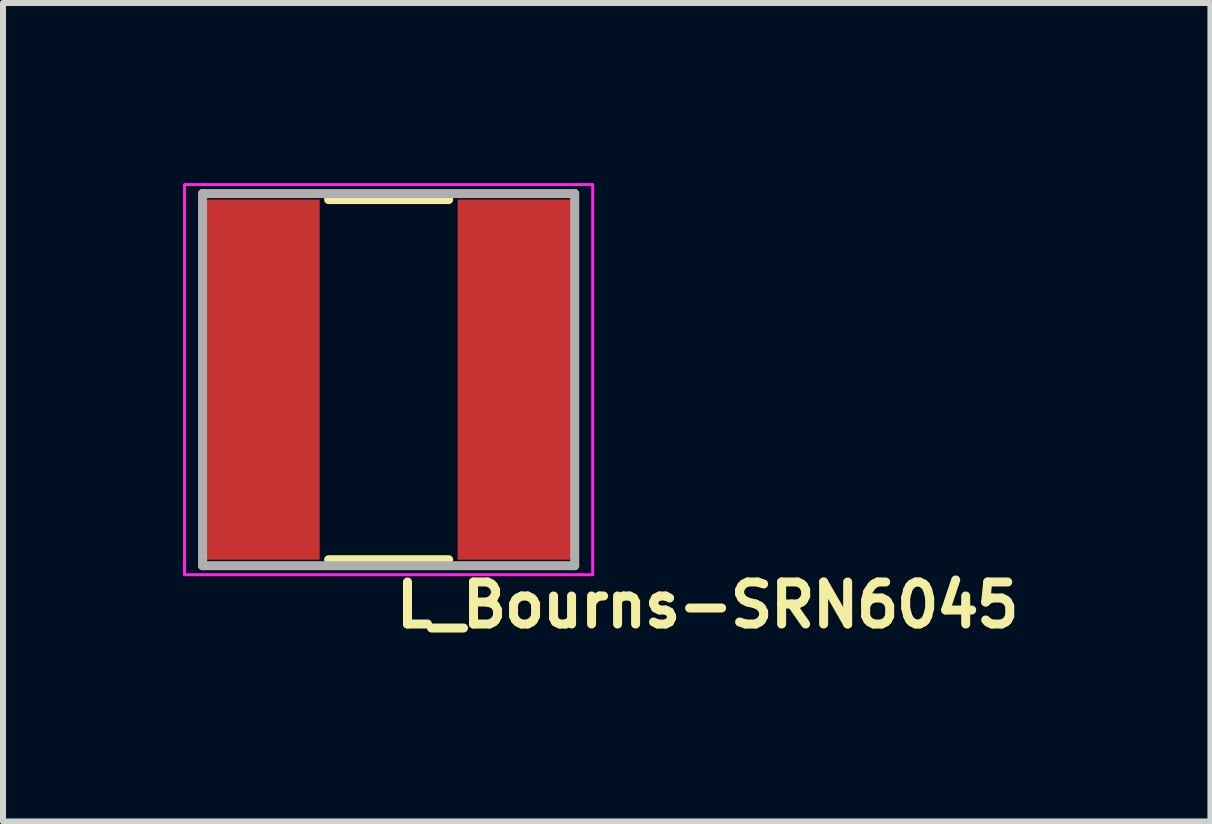
<source format=kicad_pcb>
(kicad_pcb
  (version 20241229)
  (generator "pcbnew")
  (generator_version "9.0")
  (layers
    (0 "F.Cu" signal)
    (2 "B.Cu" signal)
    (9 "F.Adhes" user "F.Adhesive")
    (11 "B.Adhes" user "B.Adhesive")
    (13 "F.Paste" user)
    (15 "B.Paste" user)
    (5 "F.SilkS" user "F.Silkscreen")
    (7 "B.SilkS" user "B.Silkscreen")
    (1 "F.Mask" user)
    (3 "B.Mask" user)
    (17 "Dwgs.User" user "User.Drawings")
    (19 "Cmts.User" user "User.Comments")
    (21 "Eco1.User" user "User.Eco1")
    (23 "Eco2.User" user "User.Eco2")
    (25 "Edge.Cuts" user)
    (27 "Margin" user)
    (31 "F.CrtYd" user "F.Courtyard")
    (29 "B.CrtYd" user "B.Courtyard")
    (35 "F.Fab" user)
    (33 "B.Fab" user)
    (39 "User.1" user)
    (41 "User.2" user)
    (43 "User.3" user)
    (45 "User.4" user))
  (footprint "L_Bourns-SRN6045"
    (layer "F.Cu")
    (at 3.425 3.275)
    (property "Reference" "L_Bourns-SRN6045" (at 0.049 4.165 0) (layer "F.SilkS") (effects (font (size 0.7 0.7) (thickness 0.15)) (justify left bottom)))
    (attr smd)
    (fp_line (start -1 3) (end 1 3) (stroke (width 0.15) (type solid)) (layer "F.SilkS"))
    (fp_line (start 1 -3) (end -1 -3) (stroke (width 0.15) (type solid)) (layer "F.SilkS"))
    (fp_rect (start -3.4 -3.25) (end 3.4 3.25) (stroke (width 0.05) (type solid)) (fill no) (layer "F.CrtYd"))
    (fp_line (start -3.1 -3.1) (end 3.1 -3.1) (stroke (width 0.15) (type solid)) (layer "F.Fab"))
    (fp_line (start -3.1 3.1) (end -3.1 -3.1) (stroke (width 0.15) (type solid)) (layer "F.Fab"))
    (fp_line (start 3.1 -3.1) (end 3.1 3.1) (stroke (width 0.15) (type solid)) (layer "F.Fab"))
    (fp_line (start 3.1 3.1) (end -3.1 3.1) (stroke (width 0.15) (type solid)) (layer "F.Fab"))
    (fp_rect (start -3 -3) (end 3 3) (stroke (width 0.1) (type solid)) (fill no) (layer "User.5"))
    (fp_line (start -3 -1.25) (end -3 -0.579) (stroke (width 0.02) (type solid)) (layer "User.9"))
    (fp_line (start -3 -1.25) (end -3 -0.579) (stroke (width 0.02) (type solid)) (layer "User.9"))
    (fp_line (start -3 -1.25) (end -2.934 -1.396) (stroke (width 0.02) (type solid)) (layer "User.9"))
    (fp_line (start -3 -1.25) (end -2.85 -1.219) (stroke (width 0.02) (type solid)) (layer "User.9"))
    (fp_line (start -3 0.575) (end -3 1.25) (stroke (width 0.02) (type solid)) (layer "User.9"))
    (fp_line (start -3 0.575) (end -2.999 0.57) (stroke (width 0.02) (type solid)) (layer "User.9"))
    (fp_line (start -3 1.25) (end -2.934 1.396) (stroke (width 0.02) (type solid)) (layer "User.9"))
    (fp_line (start -3 1.25) (end -2.85 1.219) (stroke (width 0.02) (type solid)) (layer "User.9"))
    (fp_line (start -2.999 -0.575) (end -3 -0.579) (stroke (width 0.02) (type solid)) (layer "User.9"))
    (fp_line (start -2.999 -0.57) (end -2.999 -0.575) (stroke (width 0.02) (type solid)) (layer "User.9"))
    (fp_line (start -2.999 0.566) (end -2.998 0.563) (stroke (width 0.02) (type solid)) (layer "User.9"))
    (fp_line (start -2.999 0.57) (end -2.999 0.566) (stroke (width 0.02) (type solid)) (layer "User.9"))
    (fp_line (start -2.998 -0.566) (end -2.999 -0.57) (stroke (width 0.02) (type solid)) (layer "User.9"))
    (fp_line (start -2.998 0.559) (end -2.997 0.555) (stroke (width 0.02) (type solid)) (layer "User.9"))
    (fp_line (start -2.998 0.563) (end -2.998 0.559) (stroke (width 0.02) (type solid)) (layer "User.9"))
    (fp_line (start -2.997 -0.562) (end -2.998 -0.566) (stroke (width 0.02) (type solid)) (layer "User.9"))
    (fp_line (start -2.997 -0.558) (end -2.997 -0.562) (stroke (width 0.02) (type solid)) (layer "User.9"))
    (fp_line (start -2.997 0.555) (end -2.996 0.551) (stroke (width 0.02) (type solid)) (layer "User.9"))
    (fp_line (start -2.996 -0.555) (end -2.997 -0.558) (stroke (width 0.02) (type solid)) (layer "User.9"))
    (fp_line (start -2.996 0.551) (end -2.995 0.548) (stroke (width 0.02) (type solid)) (layer "User.9"))
    (fp_line (start -2.995 0.548) (end -2.993 0.545) (stroke (width 0.02) (type solid)) (layer "User.9"))
    (fp_line (start -2.994 -0.551) (end -2.996 -0.555) (stroke (width 0.02) (type solid)) (layer "User.9"))
    (fp_line (start -2.993 -0.547) (end -2.994 -0.551) (stroke (width 0.02) (type solid)) (layer "User.9"))
    (fp_line (start -2.993 -0.547) (end -2.992 -0.546) (stroke (width 0.02) (type solid)) (layer "User.9"))
    (fp_line (start -2.993 0.543) (end -2.993 0.545) (stroke (width 0.02) (type solid)) (layer "User.9"))
    (fp_line (start -2.993 0.545) (end -2.992 0.541) (stroke (width 0.02) (type solid)) (layer "User.9"))
    (fp_line (start -2.992 -0.546) (end -2.992 -0.544) (stroke (width 0.02) (type solid)) (layer "User.9"))
    (fp_line (start -2.992 -0.544) (end -2.991 -0.543) (stroke (width 0.02) (type solid)) (layer "User.9"))
    (fp_line (start -2.992 0.541) (end -2.99 0.538) (stroke (width 0.02) (type solid)) (layer "User.9"))
    (fp_line (start -2.992 0.542) (end -2.993 0.543) (stroke (width 0.02) (type solid)) (layer "User.9"))
    (fp_line (start -2.991 -0.544) (end -2.993 -0.547) (stroke (width 0.02) (type solid)) (layer "User.9"))
    (fp_line (start -2.991 -0.543) (end -2.99 -0.542) (stroke (width 0.02) (type solid)) (layer "User.9"))
    (fp_line (start -2.991 0.539) (end -2.991 0.541) (stroke (width 0.02) (type solid)) (layer "User.9"))
    (fp_line (start -2.991 0.541) (end -2.992 0.542) (stroke (width 0.02) (type solid)) (layer "User.9"))
    (fp_line (start -2.99 -0.542) (end -2.989 -0.54) (stroke (width 0.02) (type solid)) (layer "User.9"))
    (fp_line (start -2.99 -0.54) (end -2.991 -0.544) (stroke (width 0.02) (type solid)) (layer "User.9"))
    (fp_line (start -2.99 0.538) (end -2.991 0.539) (stroke (width 0.02) (type solid)) (layer "User.9"))
    (fp_line (start -2.99 0.538) (end -2.988 0.535) (stroke (width 0.02) (type solid)) (layer "User.9"))
    (fp_line (start -2.989 -0.54) (end -2.989 -0.539) (stroke (width 0.02) (type solid)) (layer "User.9"))
    (fp_line (start -2.989 -0.539) (end -2.988 -0.537) (stroke (width 0.02) (type solid)) (layer "User.9"))
    (fp_line (start -2.989 0.537) (end -2.99 0.538) (stroke (width 0.02) (type solid)) (layer "User.9"))
    (fp_line (start -2.988 -0.537) (end -2.99 -0.54) (stroke (width 0.02) (type solid)) (layer "User.9"))
    (fp_line (start -2.988 -0.537) (end -2.987 -0.536) (stroke (width 0.02) (type solid)) (layer "User.9"))
    (fp_line (start -2.988 0.534) (end -2.988 0.535) (stroke (width 0.02) (type solid)) (layer "User.9"))
    (fp_line (start -2.988 0.535) (end -2.989 0.537) (stroke (width 0.02) (type solid)) (layer "User.9"))
    (fp_line (start -2.988 0.535) (end -2.987 0.532) (stroke (width 0.02) (type solid)) (layer "User.9"))
    (fp_line (start -2.987 0.532) (end -2.985 0.529) (stroke (width 0.02) (type solid)) (layer "User.9"))
    (fp_line (start -2.986 -0.534) (end -2.988 -0.537) (stroke (width 0.02) (type solid)) (layer "User.9"))
    (fp_line (start -2.985 0.529) (end -2.982 0.527) (stroke (width 0.02) (type solid)) (layer "User.9"))
    (fp_line (start -2.984 -0.531) (end -2.986 -0.534) (stroke (width 0.02) (type solid)) (layer "User.9"))
    (fp_line (start -2.982 0.527) (end -2.98 0.524) (stroke (width 0.02) (type solid)) (layer "User.9"))
    (fp_line (start -2.981 -0.528) (end -2.984 -0.531) (stroke (width 0.02) (type solid)) (layer "User.9"))
    (fp_line (start -2.98 0.524) (end -2.978 0.522) (stroke (width 0.02) (type solid)) (layer "User.9"))
    (fp_line (start -2.979 -0.525) (end -2.981 -0.528) (stroke (width 0.02) (type solid)) (layer "User.9"))
    (fp_line (start -2.978 0.522) (end -2.975 0.519) (stroke (width 0.02) (type solid)) (layer "User.9"))
    (fp_line (start -2.978 0.522) (end -2.85 0.65) (stroke (width 0.02) (type solid)) (layer "User.9"))
    (fp_line (start -2.976 -0.523) (end -2.979 -0.525) (stroke (width 0.02) (type solid)) (layer "User.9"))
    (fp_line (start -2.976 -0.523) (end -2.85 -0.65) (stroke (width 0.02) (type solid)) (layer "User.9"))
    (fp_line (start -2.975 0.519) (end -2.972 0.517) (stroke (width 0.02) (type solid)) (layer "User.9"))
    (fp_line (start -2.974 -0.52) (end -2.976 -0.523) (stroke (width 0.02) (type solid)) (layer "User.9"))
    (fp_line (start -2.972 0.517) (end -2.97 0.514) (stroke (width 0.02) (type solid)) (layer "User.9"))
    (fp_line (start -2.971 -0.518) (end -2.974 -0.52) (stroke (width 0.02) (type solid)) (layer "User.9"))
    (fp_line (start -2.97 0.514) (end -2.967 0.512) (stroke (width 0.02) (type solid)) (layer "User.9"))
    (fp_line (start -2.968 -0.515) (end -2.971 -0.518) (stroke (width 0.02) (type solid)) (layer "User.9"))
    (fp_line (start -2.967 0.512) (end -2.964 0.511) (stroke (width 0.02) (type solid)) (layer "User.9"))
    (fp_line (start -2.965 -0.513) (end -2.968 -0.515) (stroke (width 0.02) (type solid)) (layer "User.9"))
    (fp_line (start -2.964 0.511) (end -2.965 0.511) (stroke (width 0.02) (type solid)) (layer "User.9"))
    (fp_line (start -2.964 0.511) (end -2.961 0.509) (stroke (width 0.02) (type solid)) (layer "User.9"))
    (fp_line (start -2.963 -0.512) (end -2.962 -0.511) (stroke (width 0.02) (type solid)) (layer "User.9"))
    (fp_line (start -2.962 -0.511) (end -2.965 -0.513) (stroke (width 0.02) (type solid)) (layer "User.9"))
    (fp_line (start -2.962 -0.511) (end -2.96 -0.51) (stroke (width 0.02) (type solid)) (layer "User.9"))
    (fp_line (start -2.962 0.51) (end -2.964 0.511) (stroke (width 0.02) (type solid)) (layer "User.9"))
    (fp_line (start -2.961 0.509) (end -2.962 0.51) (stroke (width 0.02) (type solid)) (layer "User.9"))
    (fp_line (start -2.961 0.509) (end -2.958 0.507) (stroke (width 0.02) (type solid)) (layer "User.9"))
    (fp_line (start -2.96 -0.51) (end -2.959 -0.51) (stroke (width 0.02) (type solid)) (layer "User.9"))
    (fp_line (start -2.96 0.508) (end -2.961 0.509) (stroke (width 0.02) (type solid)) (layer "User.9"))
    (fp_line (start -2.959 -0.51) (end -2.957 -0.509) (stroke (width 0.02) (type solid)) (layer "User.9"))
    (fp_line (start -2.959 -0.509) (end -2.962 -0.511) (stroke (width 0.02) (type solid)) (layer "User.9"))
    (fp_line (start -2.958 0.507) (end -2.954 0.506) (stroke (width 0.02) (type solid)) (layer "User.9"))
    (fp_line (start -2.958 0.508) (end -2.96 0.508) (stroke (width 0.02) (type solid)) (layer "User.9"))
    (fp_line (start -2.957 -0.509) (end -2.956 -0.508) (stroke (width 0.02) (type solid)) (layer "User.9"))
    (fp_line (start -2.957 0.507) (end -2.958 0.508) (stroke (width 0.02) (type solid)) (layer "User.9"))
    (fp_line (start -2.956 -0.508) (end -2.955 -0.507) (stroke (width 0.02) (type solid)) (layer "User.9"))
    (fp_line (start -2.956 0.506) (end -2.957 0.507) (stroke (width 0.02) (type solid)) (layer "User.9"))
    (fp_line (start -2.955 -0.508) (end -2.959 -0.509) (stroke (width 0.02) (type solid)) (layer "User.9"))
    (fp_line (start -2.955 -0.507) (end -2.953 -0.507) (stroke (width 0.02) (type solid)) (layer "User.9"))
    (fp_line (start -2.954 0.506) (end -2.956 0.506) (stroke (width 0.02) (type solid)) (layer "User.9"))
    (fp_line (start -2.954 0.506) (end -2.951 0.504) (stroke (width 0.02) (type solid)) (layer "User.9"))
    (fp_line (start -2.953 -0.507) (end -2.952 -0.506) (stroke (width 0.02) (type solid)) (layer "User.9"))
    (fp_line (start -2.952 -0.506) (end -2.955 -0.508) (stroke (width 0.02) (type solid)) (layer "User.9"))
    (fp_line (start -2.951 0.504) (end -2.948 0.503) (stroke (width 0.02) (type solid)) (layer "User.9"))
    (fp_line (start -2.948 -0.505) (end -2.952 -0.506) (stroke (width 0.02) (type solid)) (layer "User.9"))
    (fp_line (start -2.948 0.503) (end -2.944 0.502) (stroke (width 0.02) (type solid)) (layer "User.9"))
    (fp_line (start -2.944 -0.503) (end -2.948 -0.505) (stroke (width 0.02) (type solid)) (layer "User.9"))
    (fp_line (start -2.944 0.502) (end -2.94 0.501) (stroke (width 0.02) (type solid)) (layer "User.9"))
    (fp_line (start -2.941 -0.502) (end -2.944 -0.503) (stroke (width 0.02) (type solid)) (layer "User.9"))
    (fp_line (start -2.94 0.501) (end -2.936 0.501) (stroke (width 0.02) (type solid)) (layer "User.9"))
    (fp_line (start -2.937 -0.502) (end -2.941 -0.502) (stroke (width 0.02) (type solid)) (layer "User.9"))
    (fp_line (start -2.936 0.501) (end -2.933 0.5) (stroke (width 0.02) (type solid)) (layer "User.9"))
    (fp_line (start -2.934 -1.396) (end -3 -1.25) (stroke (width 0.02) (type solid)) (layer "User.9"))
    (fp_line (start -2.934 -1.396) (end -2.862 -1.538) (stroke (width 0.02) (type solid)) (layer "User.9"))
    (fp_line (start -2.934 1.396) (end -3 1.25) (stroke (width 0.02) (type solid)) (layer "User.9"))
    (fp_line (start -2.934 1.396) (end -2.862 1.538) (stroke (width 0.02) (type solid)) (layer "User.9"))
    (fp_line (start -2.933 -0.501) (end -2.937 -0.502) (stroke (width 0.02) (type solid)) (layer "User.9"))
    (fp_line (start -2.933 0.5) (end -2.929 0.5) (stroke (width 0.02) (type solid)) (layer "User.9"))
    (fp_line (start -2.929 -0.5) (end -2.933 -0.501) (stroke (width 0.02) (type solid)) (layer "User.9"))
    (fp_line (start -2.929 0.5) (end -2.924 0.5) (stroke (width 0.02) (type solid)) (layer "User.9"))
    (fp_line (start -2.924 -0.5) (end -2.929 -0.5) (stroke (width 0.02) (type solid)) (layer "User.9"))
    (fp_line (start -2.92 -0.5) (end -2.924 -0.5) (stroke (width 0.02) (type solid)) (layer "User.9"))
    (fp_line (start -2.92 -0.5) (end -2.782 -0.5) (stroke (width 0.02) (type solid)) (layer "User.9"))
    (fp_line (start -2.862 -1.538) (end -2.934 -1.396) (stroke (width 0.02) (type solid)) (layer "User.9"))
    (fp_line (start -2.862 -1.538) (end -2.783 -1.677) (stroke (width 0.02) (type solid)) (layer "User.9"))
    (fp_line (start -2.862 1.538) (end -2.934 1.396) (stroke (width 0.02) (type solid)) (layer "User.9"))
    (fp_line (start -2.862 1.538) (end -2.783 1.677) (stroke (width 0.02) (type solid)) (layer "User.9"))
    (fp_line (start -2.85 -1.219) (end -2.85 -0.65) (stroke (width 0.02) (type solid)) (layer "User.9"))
    (fp_line (start -2.85 -0.65) (end -2.782 -0.65) (stroke (width 0.02) (type solid)) (layer "User.9"))
    (fp_line (start -2.85 0.65) (end -2.85 1.219) (stroke (width 0.02) (type solid)) (layer "User.9"))
    (fp_line (start -2.85 1.219) (end -2.788 1.355) (stroke (width 0.02) (type solid)) (layer "User.9"))
    (fp_line (start -2.819 0.5) (end -2.924 0.5) (stroke (width 0.02) (type solid)) (layer "User.9"))
    (fp_line (start -2.819 0.65) (end -2.85 0.65) (stroke (width 0.02) (type solid)) (layer "User.9"))
    (fp_line (start -2.813 0.499) (end -2.819 0.5) (stroke (width 0.02) (type solid)) (layer "User.9"))
    (fp_line (start -2.807 0.499) (end -2.813 0.499) (stroke (width 0.02) (type solid)) (layer "User.9"))
    (fp_line (start -2.806 0.649) (end -2.819 0.65) (stroke (width 0.02) (type solid)) (layer "User.9"))
    (fp_line (start -2.801 0.498) (end -2.807 0.499) (stroke (width 0.02) (type solid)) (layer "User.9"))
    (fp_line (start -2.796 0.497) (end -2.801 0.498) (stroke (width 0.02) (type solid)) (layer "User.9"))
    (fp_line (start -2.792 0.648) (end -2.806 0.649) (stroke (width 0.02) (type solid)) (layer "User.9"))
    (fp_line (start -2.79 0.496) (end -2.796 0.497) (stroke (width 0.02) (type solid)) (layer "User.9"))
    (fp_line (start -2.788 -1.355) (end -2.85 -1.219) (stroke (width 0.02) (type solid)) (layer "User.9"))
    (fp_line (start -2.788 1.355) (end -2.719 1.487) (stroke (width 0.02) (type solid)) (layer "User.9"))
    (fp_line (start -2.784 0.494) (end -2.79 0.496) (stroke (width 0.02) (type solid)) (layer "User.9"))
    (fp_line (start -2.783 -1.677) (end -2.862 -1.538) (stroke (width 0.02) (type solid)) (layer "User.9"))
    (fp_line (start -2.783 -1.677) (end -2.698 -1.81) (stroke (width 0.02) (type solid)) (layer "User.9"))
    (fp_line (start -2.783 1.677) (end -2.862 1.538) (stroke (width 0.02) (type solid)) (layer "User.9"))
    (fp_line (start -2.783 1.677) (end -2.698 1.81) (stroke (width 0.02) (type solid)) (layer "User.9"))
    (fp_line (start -2.782 -0.65) (end -2.77 -0.649) (stroke (width 0.02) (type solid)) (layer "User.9"))
    (fp_line (start -2.782 -0.5) (end -2.778 -0.499) (stroke (width 0.02) (type solid)) (layer "User.9"))
    (fp_line (start -2.779 0.492) (end -2.784 0.494) (stroke (width 0.02) (type solid)) (layer "User.9"))
    (fp_line (start -2.779 0.647) (end -2.792 0.648) (stroke (width 0.02) (type solid)) (layer "User.9"))
    (fp_line (start -2.778 -0.499) (end -2.774 -0.499) (stroke (width 0.02) (type solid)) (layer "User.9"))
    (fp_line (start -2.774 -0.499) (end -2.77 -0.499) (stroke (width 0.02) (type solid)) (layer "User.9"))
    (fp_line (start -2.773 0.49) (end -2.779 0.492) (stroke (width 0.02) (type solid)) (layer "User.9"))
    (fp_line (start -2.77 -0.649) (end -2.759 -0.648) (stroke (width 0.02) (type solid)) (layer "User.9"))
    (fp_line (start -2.77 -0.499) (end -2.766 -0.498) (stroke (width 0.02) (type solid)) (layer "User.9"))
    (fp_line (start -2.768 0.488) (end -2.773 0.49) (stroke (width 0.02) (type solid)) (layer "User.9"))
    (fp_line (start -2.766 -0.498) (end -2.762 -0.497) (stroke (width 0.02) (type solid)) (layer "User.9"))
    (fp_line (start -2.766 0.487) (end -2.76 0.484) (stroke (width 0.02) (type solid)) (layer "User.9"))
    (fp_line (start -2.766 0.644) (end -2.779 0.647) (stroke (width 0.02) (type solid)) (layer "User.9"))
    (fp_line (start -2.764 -0.498) (end -2.752 -0.494) (stroke (width 0.02) (type solid)) (layer "User.9"))
    (fp_line (start -2.763 0.485) (end -2.768 0.488) (stroke (width 0.02) (type solid)) (layer "User.9"))
    (fp_line (start -2.762 -0.497) (end -2.758 -0.496) (stroke (width 0.02) (type solid)) (layer "User.9"))
    (fp_line (start -2.761 -0.497) (end -2.764 -0.498) (stroke (width 0.02) (type solid)) (layer "User.9"))
    (fp_line (start -2.759 -0.648) (end -2.747 -0.647) (stroke (width 0.02) (type solid)) (layer "User.9"))
    (fp_line (start -2.759 -0.496) (end -2.761 -0.497) (stroke (width 0.02) (type solid)) (layer "User.9"))
    (fp_line (start -2.758 -0.496) (end -2.754 -0.495) (stroke (width 0.02) (type solid)) (layer "User.9"))
    (fp_line (start -2.758 0.483) (end -2.763 0.485) (stroke (width 0.02) (type solid)) (layer "User.9"))
    (fp_line (start -2.757 0.482) (end -2.766 0.487) (stroke (width 0.02) (type solid)) (layer "User.9"))
    (fp_line (start -2.756 -0.495) (end -2.759 -0.496) (stroke (width 0.02) (type solid)) (layer "User.9"))
    (fp_line (start -2.754 -0.495) (end -2.75 -0.493) (stroke (width 0.02) (type solid)) (layer "User.9"))
    (fp_line (start -2.753 -0.494) (end -2.756 -0.495) (stroke (width 0.02) (type solid)) (layer "User.9"))
    (fp_line (start -2.753 0.479) (end -2.758 0.483) (stroke (width 0.02) (type solid)) (layer "User.9"))
    (fp_line (start -2.753 0.641) (end -2.766 0.644) (stroke (width 0.02) (type solid)) (layer "User.9"))
    (fp_line (start -2.75 -0.493) (end -2.753 -0.494) (stroke (width 0.02) (type solid)) (layer "User.9"))
    (fp_line (start -2.75 -0.493) (end -2.747 -0.492) (stroke (width 0.02) (type solid)) (layer "User.9"))
    (fp_line (start -2.75 0.477) (end -2.735 0.465) (stroke (width 0.02) (type solid)) (layer "User.9"))
    (fp_line (start -2.749 -0.493) (end -2.747 -0.492) (stroke (width 0.02) (type solid)) (layer "User.9"))
    (fp_line (start -2.748 0.476) (end -2.753 0.479) (stroke (width 0.02) (type solid)) (layer "User.9"))
    (fp_line (start -2.747 -0.647) (end -2.736 -0.645) (stroke (width 0.02) (type solid)) (layer "User.9"))
    (fp_line (start -2.747 -0.492) (end -2.75 -0.493) (stroke (width 0.02) (type solid)) (layer "User.9"))
    (fp_line (start -2.747 -0.492) (end -2.746 -0.491) (stroke (width 0.02) (type solid)) (layer "User.9"))
    (fp_line (start -2.747 -0.492) (end -2.743 -0.49) (stroke (width 0.02) (type solid)) (layer "User.9"))
    (fp_line (start -2.746 -0.491) (end -2.744 -0.49) (stroke (width 0.02) (type solid)) (layer "User.9"))
    (fp_line (start -2.745 -0.491) (end -2.747 -0.492) (stroke (width 0.02) (type solid)) (layer "User.9"))
    (fp_line (start -2.744 -0.49) (end -2.742 -0.489) (stroke (width 0.02) (type solid)) (layer "User.9"))
    (fp_line (start -2.743 -0.49) (end -2.739 -0.488) (stroke (width 0.02) (type solid)) (layer "User.9"))
    (fp_line (start -2.743 0.472) (end -2.748 0.476) (stroke (width 0.02) (type solid)) (layer "User.9"))
    (fp_line (start -2.742 -0.489) (end -2.745 -0.491) (stroke (width 0.02) (type solid)) (layer "User.9"))
    (fp_line (start -2.742 -0.489) (end -2.74 -0.488) (stroke (width 0.02) (type solid)) (layer "User.9"))
    (fp_line (start -2.741 0.638) (end -2.753 0.641) (stroke (width 0.02) (type solid)) (layer "User.9"))
    (fp_line (start -2.74 -0.488) (end -2.742 -0.489) (stroke (width 0.02) (type solid)) (layer "User.9"))
    (fp_line (start -2.74 -0.488) (end -2.739 -0.487) (stroke (width 0.02) (type solid)) (layer "User.9"))
    (fp_line (start -2.739 -0.488) (end -2.736 -0.486) (stroke (width 0.02) (type solid)) (layer "User.9"))
    (fp_line (start -2.739 -0.487) (end -2.737 -0.486) (stroke (width 0.02) (type solid)) (layer "User.9"))
    (fp_line (start -2.739 0.469) (end -2.743 0.472) (stroke (width 0.02) (type solid)) (layer "User.9"))
    (fp_line (start -2.737 -0.486) (end -2.74 -0.488) (stroke (width 0.02) (type solid)) (layer "User.9"))
    (fp_line (start -2.737 -0.486) (end -2.735 -0.485) (stroke (width 0.02) (type solid)) (layer "User.9"))
    (fp_line (start -2.736 -0.645) (end -2.725 -0.642) (stroke (width 0.02) (type solid)) (layer "User.9"))
    (fp_line (start -2.736 -0.486) (end -2.733 -0.483) (stroke (width 0.02) (type solid)) (layer "User.9"))
    (fp_line (start -2.735 -0.485) (end -2.734 -0.484) (stroke (width 0.02) (type solid)) (layer "User.9"))
    (fp_line (start -2.735 0.464) (end -2.739 0.469) (stroke (width 0.02) (type solid)) (layer "User.9"))
    (fp_line (start -2.735 0.464) (end -2.735 0.464) (stroke (width 0.02) (type solid)) (layer "User.9"))
    (fp_line (start -2.735 0.465) (end -2.75 0.477) (stroke (width 0.02) (type solid)) (layer "User.9"))
    (fp_line (start -2.734 -0.485) (end -2.737 -0.486) (stroke (width 0.02) (type solid)) (layer "User.9"))
    (fp_line (start -2.734 -0.484) (end -2.732 -0.483) (stroke (width 0.02) (type solid)) (layer "User.9"))
    (fp_line (start -2.733 -0.483) (end -2.73 -0.481) (stroke (width 0.02) (type solid)) (layer "User.9"))
    (fp_line (start -2.732 -0.483) (end -2.734 -0.485) (stroke (width 0.02) (type solid)) (layer "User.9"))
    (fp_line (start -2.732 -0.483) (end -2.73 -0.481) (stroke (width 0.02) (type solid)) (layer "User.9"))
    (fp_line (start -2.73 -0.481) (end -2.732 -0.483) (stroke (width 0.02) (type solid)) (layer "User.9"))
    (fp_line (start -2.73 -0.481) (end -2.729 -0.48) (stroke (width 0.02) (type solid)) (layer "User.9"))
    (fp_line (start -2.73 -0.481) (end -2.727 -0.478) (stroke (width 0.02) (type solid)) (layer "User.9"))
    (fp_line (start -2.73 0.46) (end -2.735 0.464) (stroke (width 0.02) (type solid)) (layer "User.9"))
    (fp_line (start -2.729 -0.48) (end -2.727 -0.479) (stroke (width 0.02) (type solid)) (layer "User.9"))
    (fp_line (start -2.728 0.634) (end -2.741 0.638) (stroke (width 0.02) (type solid)) (layer "User.9"))
    (fp_line (start -2.727 -0.479) (end -2.73 -0.481) (stroke (width 0.02) (type solid)) (layer "User.9"))
    (fp_line (start -2.727 -0.479) (end -2.726 -0.477) (stroke (width 0.02) (type solid)) (layer "User.9"))
    (fp_line (start -2.727 -0.478) (end -2.724 -0.475) (stroke (width 0.02) (type solid)) (layer "User.9"))
    (fp_line (start -2.727 0.456) (end -2.73 0.46) (stroke (width 0.02) (type solid)) (layer "User.9"))
    (fp_line (start -2.726 -0.477) (end -2.724 -0.476) (stroke (width 0.02) (type solid)) (layer "User.9"))
    (fp_line (start -2.725 -0.642) (end -2.714 -0.639) (stroke (width 0.02) (type solid)) (layer "User.9"))
    (fp_line (start -2.725 -0.477) (end -2.727 -0.479) (stroke (width 0.02) (type solid)) (layer "User.9"))
    (fp_line (start -2.724 -0.476) (end -2.723 -0.475) (stroke (width 0.02) (type solid)) (layer "User.9"))
    (fp_line (start -2.724 -0.475) (end -2.724 -0.475) (stroke (width 0.02) (type solid)) (layer "User.9"))
    (fp_line (start -2.724 -0.475) (end -2.721 -0.472) (stroke (width 0.02) (type solid)) (layer "User.9"))
    (fp_line (start -2.723 -0.475) (end -2.725 -0.477) (stroke (width 0.02) (type solid)) (layer "User.9"))
    (fp_line (start -2.723 0.451) (end -2.727 0.456) (stroke (width 0.02) (type solid)) (layer "User.9"))
    (fp_line (start -2.722 0.45) (end -2.712 0.434) (stroke (width 0.02) (type solid)) (layer "User.9"))
    (fp_line (start -2.721 -0.472) (end -2.718 -0.469) (stroke (width 0.02) (type solid)) (layer "User.9"))
    (fp_line (start -2.72 0.446) (end -2.723 0.451) (stroke (width 0.02) (type solid)) (layer "User.9"))
    (fp_line (start -2.719 -1.487) (end -2.788 -1.355) (stroke (width 0.02) (type solid)) (layer "User.9"))
    (fp_line (start -2.719 1.487) (end -2.645 1.615) (stroke (width 0.02) (type solid)) (layer "User.9"))
    (fp_line (start -2.718 -0.469) (end -2.716 -0.466) (stroke (width 0.02) (type solid)) (layer "User.9"))
    (fp_line (start -2.716 -0.466) (end -2.713 -0.463) (stroke (width 0.02) (type solid)) (layer "User.9"))
    (fp_line (start -2.716 0.441) (end -2.72 0.446) (stroke (width 0.02) (type solid)) (layer "User.9"))
    (fp_line (start -2.716 0.629) (end -2.728 0.634) (stroke (width 0.02) (type solid)) (layer "User.9"))
    (fp_line (start -2.714 -0.639) (end -2.703 -0.636) (stroke (width 0.02) (type solid)) (layer "User.9"))
    (fp_line (start -2.714 0.436) (end -2.716 0.441) (stroke (width 0.02) (type solid)) (layer "User.9"))
    (fp_line (start -2.713 -0.463) (end -2.711 -0.46) (stroke (width 0.02) (type solid)) (layer "User.9"))
    (fp_line (start -2.713 -0.462) (end -2.705 -0.448) (stroke (width 0.02) (type solid)) (layer "User.9"))
    (fp_line (start -2.712 0.434) (end -2.722 0.45) (stroke (width 0.02) (type solid)) (layer "User.9"))
    (fp_line (start -2.711 -0.46) (end -2.709 -0.456) (stroke (width 0.02) (type solid)) (layer "User.9"))
    (fp_line (start -2.711 0.431) (end -2.714 0.436) (stroke (width 0.02) (type solid)) (layer "User.9"))
    (fp_line (start -2.709 -0.456) (end -2.707 -0.452) (stroke (width 0.02) (type solid)) (layer "User.9"))
    (fp_line (start -2.709 0.426) (end -2.711 0.431) (stroke (width 0.02) (type solid)) (layer "User.9"))
    (fp_line (start -2.707 -0.452) (end -2.706 -0.449) (stroke (width 0.02) (type solid)) (layer "User.9"))
    (fp_line (start -2.707 0.42) (end -2.709 0.426) (stroke (width 0.02) (type solid)) (layer "User.9"))
    (fp_line (start -2.706 -0.449) (end -2.704 -0.445) (stroke (width 0.02) (type solid)) (layer "User.9"))
    (fp_line (start -2.705 -0.448) (end -2.713 -0.462) (stroke (width 0.02) (type solid)) (layer "User.9"))
    (fp_line (start -2.705 0.415) (end -2.707 0.42) (stroke (width 0.02) (type solid)) (layer "User.9"))
    (fp_line (start -2.704 -0.445) (end -2.703 -0.441) (stroke (width 0.02) (type solid)) (layer "User.9"))
    (fp_line (start -2.704 0.413) (end -2.705 0.416) (stroke (width 0.02) (type solid)) (layer "User.9"))
    (fp_line (start -2.704 0.624) (end -2.716 0.629) (stroke (width 0.02) (type solid)) (layer "User.9"))
    (fp_line (start -2.703 -0.636) (end -2.693 -0.632) (stroke (width 0.02) (type solid)) (layer "User.9"))
    (fp_line (start -2.703 -0.441) (end -2.702 -0.437) (stroke (width 0.02) (type solid)) (layer "User.9"))
    (fp_line (start -2.703 0.409) (end -2.705 0.415) (stroke (width 0.02) (type solid)) (layer "User.9"))
    (fp_line (start -2.702 -0.437) (end -2.701 -0.433) (stroke (width 0.02) (type solid)) (layer "User.9"))
    (fp_line (start -2.702 0.403) (end -2.703 0.409) (stroke (width 0.02) (type solid)) (layer "User.9"))
    (fp_line (start -2.701 -0.433) (end -2.7 -0.429) (stroke (width 0.02) (type solid)) (layer "User.9"))
    (fp_line (start -2.701 -0.433) (end -2.7 -0.417) (stroke (width 0.02) (type solid)) (layer "User.9"))
    (fp_line (start -2.701 0.398) (end -2.702 0.403) (stroke (width 0.02) (type solid)) (layer "User.9"))
    (fp_line (start -2.7 -0.429) (end -2.7 -0.425) (stroke (width 0.02) (type solid)) (layer "User.9"))
    (fp_line (start -2.7 -0.425) (end -2.7 -0.421) (stroke (width 0.02) (type solid)) (layer "User.9"))
    (fp_line (start -2.7 -0.421) (end -2.7 -0.417) (stroke (width 0.02) (type solid)) (layer "User.9"))
    (fp_line (start -2.7 -0.417) (end -2.7 0.38) (stroke (width 0.02) (type solid)) (layer "User.9"))
    (fp_line (start -2.7 0.38) (end -2.701 0.398) (stroke (width 0.02) (type solid)) (layer "User.9"))
    (fp_line (start -2.7 0.38) (end -2.7 0.386) (stroke (width 0.02) (type solid)) (layer "User.9"))
    (fp_line (start -2.7 0.386) (end -2.7 0.392) (stroke (width 0.02) (type solid)) (layer "User.9"))
    (fp_line (start -2.7 0.392) (end -2.701 0.398) (stroke (width 0.02) (type solid)) (layer "User.9"))
    (fp_line (start -2.698 -1.81) (end -2.783 -1.677) (stroke (width 0.02) (type solid)) (layer "User.9"))
    (fp_line (start -2.698 -1.81) (end -2.607 -1.94) (stroke (width 0.02) (type solid)) (layer "User.9"))
    (fp_line (start -2.698 1.81) (end -2.783 1.677) (stroke (width 0.02) (type solid)) (layer "User.9"))
    (fp_line (start -2.698 1.81) (end -2.607 1.94) (stroke (width 0.02) (type solid)) (layer "User.9"))
    (fp_line (start -2.693 -0.632) (end -2.682 -0.627) (stroke (width 0.02) (type solid)) (layer "User.9"))
    (fp_line (start -2.692 0.618) (end -2.704 0.624) (stroke (width 0.02) (type solid)) (layer "User.9"))
    (fp_line (start -2.682 -0.627) (end -2.672 -0.622) (stroke (width 0.02) (type solid)) (layer "User.9"))
    (fp_line (start -2.681 0.611) (end -2.692 0.618) (stroke (width 0.02) (type solid)) (layer "User.9"))
    (fp_line (start -2.672 -0.622) (end -2.662 -0.617) (stroke (width 0.02) (type solid)) (layer "User.9"))
    (fp_line (start -2.67 0.604) (end -2.681 0.611) (stroke (width 0.02) (type solid)) (layer "User.9"))
    (fp_line (start -2.662 -0.617) (end -2.653 -0.61) (stroke (width 0.02) (type solid)) (layer "User.9"))
    (fp_line (start -2.659 0.597) (end -2.67 0.604) (stroke (width 0.02) (type solid)) (layer "User.9"))
    (fp_line (start -2.653 -0.61) (end -2.644 -0.604) (stroke (width 0.02) (type solid)) (layer "User.9"))
    (fp_line (start -2.648 0.588) (end -2.659 0.597) (stroke (width 0.02) (type solid)) (layer "User.9"))
    (fp_line (start -2.645 -1.615) (end -2.719 -1.487) (stroke (width 0.02) (type solid)) (layer "User.9"))
    (fp_line (start -2.645 1.615) (end -2.566 1.739) (stroke (width 0.02) (type solid)) (layer "User.9"))
    (fp_line (start -2.644 -0.604) (end -2.635 -0.597) (stroke (width 0.02) (type solid)) (layer "User.9"))
    (fp_line (start -2.638 0.58) (end -2.648 0.588) (stroke (width 0.02) (type solid)) (layer "User.9"))
    (fp_line (start -2.635 -0.597) (end -2.626 -0.589) (stroke (width 0.02) (type solid)) (layer "User.9"))
    (fp_line (start -2.628 0.571) (end -2.638 0.58) (stroke (width 0.02) (type solid)) (layer "User.9"))
    (fp_line (start -2.628 0.571) (end -2.628 0.571) (stroke (width 0.02) (type solid)) (layer "User.9"))
    (fp_line (start -2.626 -0.589) (end -2.618 -0.581) (stroke (width 0.02) (type solid)) (layer "User.9"))
    (fp_line (start -2.619 0.561) (end -2.628 0.571) (stroke (width 0.02) (type solid)) (layer "User.9"))
    (fp_line (start -2.618 -0.581) (end -2.618 -0.581) (stroke (width 0.02) (type solid)) (layer "User.9"))
    (fp_line (start -2.618 -0.581) (end -2.61 -0.573) (stroke (width 0.02) (type solid)) (layer "User.9"))
    (fp_line (start -2.611 0.551) (end -2.619 0.561) (stroke (width 0.02) (type solid)) (layer "User.9"))
    (fp_line (start -2.61 -0.573) (end -2.602 -0.564) (stroke (width 0.02) (type solid)) (layer "User.9"))
    (fp_line (start -2.607 -1.94) (end -2.698 -1.81) (stroke (width 0.02) (type solid)) (layer "User.9"))
    (fp_line (start -2.607 -1.94) (end -2.51 -2.064) (stroke (width 0.02) (type solid)) (layer "User.9"))
    (fp_line (start -2.607 1.94) (end -2.698 1.81) (stroke (width 0.02) (type solid)) (layer "User.9"))
    (fp_line (start -2.607 1.94) (end -2.51 2.064) (stroke (width 0.02) (type solid)) (layer "User.9"))
    (fp_line (start -2.602 -0.564) (end -2.595 -0.555) (stroke (width 0.02) (type solid)) (layer "User.9"))
    (fp_line (start -2.602 0.54) (end -2.611 0.551) (stroke (width 0.02) (type solid)) (layer "User.9"))
    (fp_line (start -2.595 -0.555) (end -2.589 -0.546) (stroke (width 0.02) (type solid)) (layer "User.9"))
    (fp_line (start -2.595 0.529) (end -2.602 0.54) (stroke (width 0.02) (type solid)) (layer "User.9"))
    (fp_line (start -2.589 -0.546) (end -2.582 -0.537) (stroke (width 0.02) (type solid)) (layer "User.9"))
    (fp_line (start -2.588 0.518) (end -2.595 0.529) (stroke (width 0.02) (type solid)) (layer "User.9"))
    (fp_line (start -2.582 -0.537) (end -2.577 -0.527) (stroke (width 0.02) (type solid)) (layer "User.9"))
    (fp_line (start -2.581 0.507) (end -2.588 0.518) (stroke (width 0.02) (type solid)) (layer "User.9"))
    (fp_line (start -2.577 -0.527) (end -2.572 -0.517) (stroke (width 0.02) (type solid)) (layer "User.9"))
    (fp_line (start -2.575 0.495) (end -2.581 0.507) (stroke (width 0.02) (type solid)) (layer "User.9"))
    (fp_line (start -2.572 -0.517) (end -2.567 -0.506) (stroke (width 0.02) (type solid)) (layer "User.9"))
    (fp_line (start -2.57 0.483) (end -2.575 0.495) (stroke (width 0.02) (type solid)) (layer "User.9"))
    (fp_line (start -2.567 -0.506) (end -2.563 -0.496) (stroke (width 0.02) (type solid)) (layer "User.9"))
    (fp_line (start -2.566 -1.739) (end -2.645 -1.615) (stroke (width 0.02) (type solid)) (layer "User.9"))
    (fp_line (start -2.566 1.739) (end -2.48 1.859) (stroke (width 0.02) (type solid)) (layer "User.9"))
    (fp_line (start -2.565 0.471) (end -2.57 0.483) (stroke (width 0.02) (type solid)) (layer "User.9"))
    (fp_line (start -2.563 -0.496) (end -2.56 -0.485) (stroke (width 0.02) (type solid)) (layer "User.9"))
    (fp_line (start -2.561 0.458) (end -2.565 0.471) (stroke (width 0.02) (type solid)) (layer "User.9"))
    (fp_line (start -2.56 -0.485) (end -2.557 -0.474) (stroke (width 0.02) (type solid)) (layer "User.9"))
    (fp_line (start -2.558 0.446) (end -2.561 0.458) (stroke (width 0.02) (type solid)) (layer "User.9"))
    (fp_line (start -2.557 -0.474) (end -2.554 -0.463) (stroke (width 0.02) (type solid)) (layer "User.9"))
    (fp_line (start -2.555 0.433) (end -2.558 0.446) (stroke (width 0.02) (type solid)) (layer "User.9"))
    (fp_line (start -2.554 -0.463) (end -2.552 -0.452) (stroke (width 0.02) (type solid)) (layer "User.9"))
    (fp_line (start -2.552 -0.452) (end -2.551 -0.44) (stroke (width 0.02) (type solid)) (layer "User.9"))
    (fp_line (start -2.552 0.42) (end -2.555 0.433) (stroke (width 0.02) (type solid)) (layer "User.9"))
    (fp_line (start -2.551 -0.44) (end -2.55 -0.429) (stroke (width 0.02) (type solid)) (layer "User.9"))
    (fp_line (start -2.551 0.407) (end -2.552 0.42) (stroke (width 0.02) (type solid)) (layer "User.9"))
    (fp_line (start -2.55 -0.429) (end -2.549 -0.417) (stroke (width 0.02) (type solid)) (layer "User.9"))
    (fp_line (start -2.55 0.393) (end -2.551 0.407) (stroke (width 0.02) (type solid)) (layer "User.9"))
    (fp_line (start -2.549 -0.417) (end -2.549 0.38) (stroke (width 0.02) (type solid)) (layer "User.9"))
    (fp_line (start -2.549 0.38) (end -2.55 0.393) (stroke (width 0.02) (type solid)) (layer "User.9"))
    (fp_line (start -2.51 -2.064) (end -2.607 -1.94) (stroke (width 0.02) (type solid)) (layer "User.9"))
    (fp_line (start -2.51 -2.064) (end -2.406 -2.183) (stroke (width 0.02) (type solid)) (layer "User.9"))
    (fp_line (start -2.51 2.064) (end -2.607 1.94) (stroke (width 0.02) (type solid)) (layer "User.9"))
    (fp_line (start -2.51 2.064) (end -2.406 2.183) (stroke (width 0.02) (type solid)) (layer "User.9"))
    (fp_line (start -2.48 -1.859) (end -2.566 -1.739) (stroke (width 0.02) (type solid)) (layer "User.9"))
    (fp_line (start -2.48 1.859) (end -2.389 1.974) (stroke (width 0.02) (type solid)) (layer "User.9"))
    (fp_line (start -2.406 -2.183) (end -2.51 -2.064) (stroke (width 0.02) (type solid)) (layer "User.9"))
    (fp_line (start -2.406 -2.183) (end -2.298 -2.298) (stroke (width 0.02) (type solid)) (layer "User.9"))
    (fp_line (start -2.406 2.183) (end -2.51 2.064) (stroke (width 0.02) (type solid)) (layer "User.9"))
    (fp_line (start -2.406 2.183) (end -2.298 2.298) (stroke (width 0.02) (type solid)) (layer "User.9"))
    (fp_line (start -2.389 -1.974) (end -2.48 -1.859) (stroke (width 0.02) (type solid)) (layer "User.9"))
    (fp_line (start -2.389 1.974) (end -2.293 2.085) (stroke (width 0.02) (type solid)) (layer "User.9"))
    (fp_line (start -2.298 -2.298) (end -2.406 -2.183) (stroke (width 0.02) (type solid)) (layer "User.9"))
    (fp_line (start -2.298 -2.298) (end -2.183 -2.406) (stroke (width 0.02) (type solid)) (layer "User.9"))
    (fp_line (start -2.298 2.298) (end -2.406 2.183) (stroke (width 0.02) (type solid)) (layer "User.9"))
    (fp_line (start -2.298 2.298) (end -2.183 2.406) (stroke (width 0.02) (type solid)) (layer "User.9"))
    (fp_line (start -2.293 -2.085) (end -2.389 -1.974) (stroke (width 0.02) (type solid)) (layer "User.9"))
    (fp_line (start -2.293 2.085) (end -2.192 2.192) (stroke (width 0.02) (type solid)) (layer "User.9"))
    (fp_line (start -2.192 -2.192) (end -2.293 -2.085) (stroke (width 0.02) (type solid)) (layer "User.9"))
    (fp_line (start -2.192 2.192) (end -2.085 2.293) (stroke (width 0.02) (type solid)) (layer "User.9"))
    (fp_line (start -2.183 -2.406) (end -2.298 -2.298) (stroke (width 0.02) (type solid)) (layer "User.9"))
    (fp_line (start -2.183 -2.406) (end -2.064 -2.51) (stroke (width 0.02) (type solid)) (layer "User.9"))
    (fp_line (start -2.183 2.406) (end -2.298 2.298) (stroke (width 0.02) (type solid)) (layer "User.9"))
    (fp_line (start -2.183 2.406) (end -2.064 2.51) (stroke (width 0.02) (type solid)) (layer "User.9"))
    (fp_line (start -2.085 -2.293) (end -2.192 -2.192) (stroke (width 0.02) (type solid)) (layer "User.9"))
    (fp_line (start -2.085 2.293) (end -1.974 2.389) (stroke (width 0.02) (type solid)) (layer "User.9"))
    (fp_line (start -2.064 -2.51) (end -2.183 -2.406) (stroke (width 0.02) (type solid)) (layer "User.9"))
    (fp_line (start -2.064 -2.51) (end -1.94 -2.607) (stroke (width 0.02) (type solid)) (layer "User.9"))
    (fp_line (start -2.064 2.51) (end -2.183 2.406) (stroke (width 0.02) (type solid)) (layer "User.9"))
    (fp_line (start -2.064 2.51) (end -1.94 2.607) (stroke (width 0.02) (type solid)) (layer "User.9"))
    (fp_line (start -1.974 -2.389) (end -2.085 -2.293) (stroke (width 0.02) (type solid)) (layer "User.9"))
    (fp_line (start -1.974 2.389) (end -1.859 2.48) (stroke (width 0.02) (type solid)) (layer "User.9"))
    (fp_line (start -1.94 -2.607) (end -2.064 -2.51) (stroke (width 0.02) (type solid)) (layer "User.9"))
    (fp_line (start -1.94 -2.607) (end -1.81 -2.698) (stroke (width 0.02) (type solid)) (layer "User.9"))
    (fp_line (start -1.94 2.607) (end -2.064 2.51) (stroke (width 0.02) (type solid)) (layer "User.9"))
    (fp_line (start -1.94 2.607) (end -1.81 2.698) (stroke (width 0.02) (type solid)) (layer "User.9"))
    (fp_line (start -1.859 -2.48) (end -1.974 -2.389) (stroke (width 0.02) (type solid)) (layer "User.9"))
    (fp_line (start -1.859 2.48) (end -1.739 2.566) (stroke (width 0.02) (type solid)) (layer "User.9"))
    (fp_line (start -1.81 -2.698) (end -1.94 -2.607) (stroke (width 0.02) (type solid)) (layer "User.9"))
    (fp_line (start -1.81 -2.698) (end -1.677 -2.783) (stroke (width 0.02) (type solid)) (layer "User.9"))
    (fp_line (start -1.81 2.698) (end -1.94 2.607) (stroke (width 0.02) (type solid)) (layer "User.9"))
    (fp_line (start -1.81 2.698) (end -1.677 2.783) (stroke (width 0.02) (type solid)) (layer "User.9"))
    (fp_line (start -1.739 -2.566) (end -1.859 -2.48) (stroke (width 0.02) (type solid)) (layer "User.9"))
    (fp_line (start -1.739 2.566) (end -1.615 2.645) (stroke (width 0.02) (type solid)) (layer "User.9"))
    (fp_line (start -1.677 -2.783) (end -1.81 -2.698) (stroke (width 0.02) (type solid)) (layer "User.9"))
    (fp_line (start -1.677 -2.783) (end -1.538 -2.862) (stroke (width 0.02) (type solid)) (layer "User.9"))
    (fp_line (start -1.677 2.783) (end -1.81 2.698) (stroke (width 0.02) (type solid)) (layer "User.9"))
    (fp_line (start -1.677 2.783) (end -1.538 2.862) (stroke (width 0.02) (type solid)) (layer "User.9"))
    (fp_line (start -1.615 -2.645) (end -1.739 -2.566) (stroke (width 0.02) (type solid)) (layer "User.9"))
    (fp_line (start -1.615 2.645) (end -1.487 2.719) (stroke (width 0.02) (type solid)) (layer "User.9"))
    (fp_line (start -1.538 -2.862) (end -1.677 -2.783) (stroke (width 0.02) (type solid)) (layer "User.9"))
    (fp_line (start -1.538 -2.862) (end -1.396 -2.934) (stroke (width 0.02) (type solid)) (layer "User.9"))
    (fp_line (start -1.538 2.862) (end -1.677 2.783) (stroke (width 0.02) (type solid)) (layer "User.9"))
    (fp_line (start -1.538 2.862) (end -1.396 2.934) (stroke (width 0.02) (type solid)) (layer "User.9"))
    (fp_line (start -1.487 -2.719) (end -1.615 -2.645) (stroke (width 0.02) (type solid)) (layer "User.9"))
    (fp_line (start -1.487 2.719) (end -1.355 2.788) (stroke (width 0.02) (type solid)) (layer "User.9"))
    (fp_line (start -1.396 -2.934) (end -1.538 -2.862) (stroke (width 0.02) (type solid)) (layer "User.9"))
    (fp_line (start -1.396 -2.934) (end -1.25 -3) (stroke (width 0.02) (type solid)) (layer "User.9"))
    (fp_line (start -1.396 2.934) (end -1.538 2.862) (stroke (width 0.02) (type solid)) (layer "User.9"))
    (fp_line (start -1.396 2.934) (end -1.25 3) (stroke (width 0.02) (type solid)) (layer "User.9"))
    (fp_line (start -1.355 -2.788) (end -1.487 -2.719) (stroke (width 0.02) (type solid)) (layer "User.9"))
    (fp_line (start -1.355 2.788) (end -1.219 2.85) (stroke (width 0.02) (type solid)) (layer "User.9"))
    (fp_line (start -1.25 -3) (end -1.396 -2.934) (stroke (width 0.02) (type solid)) (layer "User.9"))
    (fp_line (start -1.25 -3) (end -1.219 -2.85) (stroke (width 0.02) (type solid)) (layer "User.9"))
    (fp_line (start -1.25 3) (end -1.396 2.934) (stroke (width 0.02) (type solid)) (layer "User.9"))
    (fp_line (start -1.25 3) (end -1.219 2.85) (stroke (width 0.02) (type solid)) (layer "User.9"))
    (fp_line (start -1.25 3) (end 1.25 3) (stroke (width 0.02) (type solid)) (layer "User.9"))
    (fp_line (start -1.25 3) (end 1.25 3) (stroke (width 0.02) (type solid)) (layer "User.9"))
    (fp_line (start -1.219 -2.85) (end -1.355 -2.788) (stroke (width 0.02) (type solid)) (layer "User.9"))
    (fp_line (start -1.219 2.85) (end 1.219 2.85) (stroke (width 0.02) (type solid)) (layer "User.9"))
    (fp_line (start 1.219 -2.85) (end -1.219 -2.85) (stroke (width 0.02) (type solid)) (layer "User.9"))
    (fp_line (start 1.219 2.85) (end 1.355 2.788) (stroke (width 0.02) (type solid)) (layer "User.9"))
    (fp_line (start 1.25 -3) (end -1.25 -3) (stroke (width 0.02) (type solid)) (layer "User.9"))
    (fp_line (start 1.25 -3) (end -1.25 -3) (stroke (width 0.02) (type solid)) (layer "User.9"))
    (fp_line (start 1.25 -3) (end 1.219 -2.85) (stroke (width 0.02) (type solid)) (layer "User.9"))
    (fp_line (start 1.25 -3) (end 1.396 -2.934) (stroke (width 0.02) (type solid)) (layer "User.9"))
    (fp_line (start 1.25 3) (end 1.219 2.85) (stroke (width 0.02) (type solid)) (layer "User.9"))
    (fp_line (start 1.25 3) (end 1.396 2.934) (stroke (width 0.02) (type solid)) (layer "User.9"))
    (fp_line (start 1.355 -2.788) (end 1.219 -2.85) (stroke (width 0.02) (type solid)) (layer "User.9"))
    (fp_line (start 1.355 2.788) (end 1.487 2.719) (stroke (width 0.02) (type solid)) (layer "User.9"))
    (fp_line (start 1.396 -2.934) (end 1.25 -3) (stroke (width 0.02) (type solid)) (layer "User.9"))
    (fp_line (start 1.396 -2.934) (end 1.538 -2.862) (stroke (width 0.02) (type solid)) (layer "User.9"))
    (fp_line (start 1.396 2.934) (end 1.25 3) (stroke (width 0.02) (type solid)) (layer "User.9"))
    (fp_line (start 1.396 2.934) (end 1.538 2.862) (stroke (width 0.02) (type solid)) (layer "User.9"))
    (fp_line (start 1.487 -2.719) (end 1.355 -2.788) (stroke (width 0.02) (type solid)) (layer "User.9"))
    (fp_line (start 1.487 2.719) (end 1.615 2.645) (stroke (width 0.02) (type solid)) (layer "User.9"))
    (fp_line (start 1.538 -2.862) (end 1.396 -2.934) (stroke (width 0.02) (type solid)) (layer "User.9"))
    (fp_line (start 1.538 -2.862) (end 1.677 -2.783) (stroke (width 0.02) (type solid)) (layer "User.9"))
    (fp_line (start 1.538 2.862) (end 1.396 2.934) (stroke (width 0.02) (type solid)) (layer "User.9"))
    (fp_line (start 1.538 2.862) (end 1.677 2.783) (stroke (width 0.02) (type solid)) (layer "User.9"))
    (fp_line (start 1.615 -2.645) (end 1.487 -2.719) (stroke (width 0.02) (type solid)) (layer "User.9"))
    (fp_line (start 1.615 2.645) (end 1.739 2.566) (stroke (width 0.02) (type solid)) (layer "User.9"))
    (fp_line (start 1.677 -2.783) (end 1.538 -2.862) (stroke (width 0.02) (type solid)) (layer "User.9"))
    (fp_line (start 1.677 -2.783) (end 1.81 -2.698) (stroke (width 0.02) (type solid)) (layer "User.9"))
    (fp_line (start 1.677 2.783) (end 1.538 2.862) (stroke (width 0.02) (type solid)) (layer "User.9"))
    (fp_line (start 1.677 2.783) (end 1.81 2.698) (stroke (width 0.02) (type solid)) (layer "User.9"))
    (fp_line (start 1.739 -2.566) (end 1.615 -2.645) (stroke (width 0.02) (type solid)) (layer "User.9"))
    (fp_line (start 1.739 2.566) (end 1.859 2.48) (stroke (width 0.02) (type solid)) (layer "User.9"))
    (fp_line (start 1.81 -2.698) (end 1.677 -2.783) (stroke (width 0.02) (type solid)) (layer "User.9"))
    (fp_line (start 1.81 -2.698) (end 1.94 -2.607) (stroke (width 0.02) (type solid)) (layer "User.9"))
    (fp_line (start 1.81 2.698) (end 1.677 2.783) (stroke (width 0.02) (type solid)) (layer "User.9"))
    (fp_line (start 1.81 2.698) (end 1.94 2.607) (stroke (width 0.02) (type solid)) (layer "User.9"))
    (fp_line (start 1.859 -2.48) (end 1.739 -2.566) (stroke (width 0.02) (type solid)) (layer "User.9"))
    (fp_line (start 1.859 2.48) (end 1.974 2.389) (stroke (width 0.02) (type solid)) (layer "User.9"))
    (fp_line (start 1.94 -2.607) (end 1.81 -2.698) (stroke (width 0.02) (type solid)) (layer "User.9"))
    (fp_line (start 1.94 -2.607) (end 2.064 -2.51) (stroke (width 0.02) (type solid)) (layer "User.9"))
    (fp_line (start 1.94 2.607) (end 1.81 2.698) (stroke (width 0.02) (type solid)) (layer "User.9"))
    (fp_line (start 1.94 2.607) (end 2.064 2.51) (stroke (width 0.02) (type solid)) (layer "User.9"))
    (fp_line (start 1.974 -2.389) (end 1.859 -2.48) (stroke (width 0.02) (type solid)) (layer "User.9"))
    (fp_line (start 1.974 2.389) (end 2.085 2.293) (stroke (width 0.02) (type solid)) (layer "User.9"))
    (fp_line (start 2.064 -2.51) (end 1.94 -2.607) (stroke (width 0.02) (type solid)) (layer "User.9"))
    (fp_line (start 2.064 -2.51) (end 2.183 -2.406) (stroke (width 0.02) (type solid)) (layer "User.9"))
    (fp_line (start 2.064 2.51) (end 1.94 2.607) (stroke (width 0.02) (type solid)) (layer "User.9"))
    (fp_line (start 2.064 2.51) (end 2.183 2.406) (stroke (width 0.02) (type solid)) (layer "User.9"))
    (fp_line (start 2.085 -2.293) (end 1.974 -2.389) (stroke (width 0.02) (type solid)) (layer "User.9"))
    (fp_line (start 2.085 2.293) (end 2.192 2.192) (stroke (width 0.02) (type solid)) (layer "User.9"))
    (fp_line (start 2.183 -2.406) (end 2.064 -2.51) (stroke (width 0.02) (type solid)) (layer "User.9"))
    (fp_line (start 2.183 -2.406) (end 2.298 -2.298) (stroke (width 0.02) (type solid)) (layer "User.9"))
    (fp_line (start 2.183 2.406) (end 2.064 2.51) (stroke (width 0.02) (type solid)) (layer "User.9"))
    (fp_line (start 2.183 2.406) (end 2.298 2.298) (stroke (width 0.02) (type solid)) (layer "User.9"))
    (fp_line (start 2.192 -2.192) (end 2.085 -2.293) (stroke (width 0.02) (type solid)) (layer "User.9"))
    (fp_line (start 2.192 2.192) (end 2.293 2.085) (stroke (width 0.02) (type solid)) (layer "User.9"))
    (fp_line (start 2.293 -2.085) (end 2.192 -2.192) (stroke (width 0.02) (type solid)) (layer "User.9"))
    (fp_line (start 2.293 2.085) (end 2.389 1.974) (stroke (width 0.02) (type solid)) (layer "User.9"))
    (fp_line (start 2.298 -2.298) (end 2.183 -2.406) (stroke (width 0.02) (type solid)) (layer "User.9"))
    (fp_line (start 2.298 -2.298) (end 2.406 -2.183) (stroke (width 0.02) (type solid)) (layer "User.9"))
    (fp_line (start 2.298 2.298) (end 2.183 2.406) (stroke (width 0.02) (type solid)) (layer "User.9"))
    (fp_line (start 2.298 2.298) (end 2.406 2.183) (stroke (width 0.02) (type solid)) (layer "User.9"))
    (fp_line (start 2.389 -1.974) (end 2.293 -2.085) (stroke (width 0.02) (type solid)) (layer "User.9"))
    (fp_line (start 2.389 1.974) (end 2.48 1.859) (stroke (width 0.02) (type solid)) (layer "User.9"))
    (fp_line (start 2.406 -2.183) (end 2.298 -2.298) (stroke (width 0.02) (type solid)) (layer "User.9"))
    (fp_line (start 2.406 -2.183) (end 2.51 -2.064) (stroke (width 0.02) (type solid)) (layer "User.9"))
    (fp_line (start 2.406 2.183) (end 2.298 2.298) (stroke (width 0.02) (type solid)) (layer "User.9"))
    (fp_line (start 2.406 2.183) (end 2.51 2.064) (stroke (width 0.02) (type solid)) (layer "User.9"))
    (fp_line (start 2.48 -1.859) (end 2.389 -1.974) (stroke (width 0.02) (type solid)) (layer "User.9"))
    (fp_line (start 2.48 1.859) (end 2.566 1.739) (stroke (width 0.02) (type solid)) (layer "User.9"))
    (fp_line (start 2.51 -2.064) (end 2.406 -2.183) (stroke (width 0.02) (type solid)) (layer "User.9"))
    (fp_line (start 2.51 -2.064) (end 2.607 -1.94) (stroke (width 0.02) (type solid)) (layer "User.9"))
    (fp_line (start 2.51 2.064) (end 2.406 2.183) (stroke (width 0.02) (type solid)) (layer "User.9"))
    (fp_line (start 2.51 2.064) (end 2.607 1.94) (stroke (width 0.02) (type solid)) (layer "User.9"))
    (fp_line (start 2.549 -0.417) (end 2.55 -0.429) (stroke (width 0.02) (type solid)) (layer "User.9"))
    (fp_line (start 2.549 0.38) (end 2.549 -0.417) (stroke (width 0.02) (type solid)) (layer "User.9"))
    (fp_line (start 2.55 -0.429) (end 2.551 -0.44) (stroke (width 0.02) (type solid)) (layer "User.9"))
    (fp_line (start 2.55 0.393) (end 2.549 0.38) (stroke (width 0.02) (type solid)) (layer "User.9"))
    (fp_line (start 2.551 -0.44) (end 2.552 -0.452) (stroke (width 0.02) (type solid)) (layer "User.9"))
    (fp_line (start 2.551 0.407) (end 2.55 0.393) (stroke (width 0.02) (type solid)) (layer "User.9"))
    (fp_line (start 2.552 -0.452) (end 2.554 -0.463) (stroke (width 0.02) (type solid)) (layer "User.9"))
    (fp_line (start 2.552 0.42) (end 2.551 0.407) (stroke (width 0.02) (type solid)) (layer "User.9"))
    (fp_line (start 2.554 -0.463) (end 2.557 -0.474) (stroke (width 0.02) (type solid)) (layer "User.9"))
    (fp_line (start 2.555 0.433) (end 2.552 0.42) (stroke (width 0.02) (type solid)) (layer "User.9"))
    (fp_line (start 2.557 -0.474) (end 2.56 -0.485) (stroke (width 0.02) (type solid)) (layer "User.9"))
    (fp_line (start 2.558 0.446) (end 2.555 0.433) (stroke (width 0.02) (type solid)) (layer "User.9"))
    (fp_line (start 2.56 -0.485) (end 2.563 -0.496) (stroke (width 0.02) (type solid)) (layer "User.9"))
    (fp_line (start 2.561 0.458) (end 2.558 0.446) (stroke (width 0.02) (type solid)) (layer "User.9"))
    (fp_line (start 2.563 -0.496) (end 2.567 -0.506) (stroke (width 0.02) (type solid)) (layer "User.9"))
    (fp_line (start 2.565 0.471) (end 2.561 0.458) (stroke (width 0.02) (type solid)) (layer "User.9"))
    (fp_line (start 2.566 -1.739) (end 2.48 -1.859) (stroke (width 0.02) (type solid)) (layer "User.9"))
    (fp_line (start 2.566 1.739) (end 2.645 1.615) (stroke (width 0.02) (type solid)) (layer "User.9"))
    (fp_line (start 2.567 -0.506) (end 2.572 -0.517) (stroke (width 0.02) (type solid)) (layer "User.9"))
    (fp_line (start 2.57 0.483) (end 2.565 0.471) (stroke (width 0.02) (type solid)) (layer "User.9"))
    (fp_line (start 2.572 -0.517) (end 2.577 -0.527) (stroke (width 0.02) (type solid)) (layer "User.9"))
    (fp_line (start 2.575 0.495) (end 2.57 0.483) (stroke (width 0.02) (type solid)) (layer "User.9"))
    (fp_line (start 2.577 -0.527) (end 2.582 -0.537) (stroke (width 0.02) (type solid)) (layer "User.9"))
    (fp_line (start 2.581 0.507) (end 2.575 0.495) (stroke (width 0.02) (type solid)) (layer "User.9"))
    (fp_line (start 2.582 -0.537) (end 2.589 -0.546) (stroke (width 0.02) (type solid)) (layer "User.9"))
    (fp_line (start 2.588 0.518) (end 2.581 0.507) (stroke (width 0.02) (type solid)) (layer "User.9"))
    (fp_line (start 2.589 -0.546) (end 2.595 -0.555) (stroke (width 0.02) (type solid)) (layer "User.9"))
    (fp_line (start 2.595 -0.555) (end 2.602 -0.564) (stroke (width 0.02) (type solid)) (layer "User.9"))
    (fp_line (start 2.595 0.529) (end 2.588 0.518) (stroke (width 0.02) (type solid)) (layer "User.9"))
    (fp_line (start 2.602 -0.564) (end 2.61 -0.573) (stroke (width 0.02) (type solid)) (layer "User.9"))
    (fp_line (start 2.602 0.54) (end 2.595 0.529) (stroke (width 0.02) (type solid)) (layer "User.9"))
    (fp_line (start 2.607 -1.94) (end 2.51 -2.064) (stroke (width 0.02) (type solid)) (layer "User.9"))
    (fp_line (start 2.607 -1.94) (end 2.698 -1.81) (stroke (width 0.02) (type solid)) (layer "User.9"))
    (fp_line (start 2.607 1.94) (end 2.51 2.064) (stroke (width 0.02) (type solid)) (layer "User.9"))
    (fp_line (start 2.607 1.94) (end 2.698 1.81) (stroke (width 0.02) (type solid)) (layer "User.9"))
    (fp_line (start 2.61 -0.573) (end 2.618 -0.581) (stroke (width 0.02) (type solid)) (layer "User.9"))
    (fp_line (start 2.611 0.551) (end 2.602 0.54) (stroke (width 0.02) (type solid)) (layer "User.9"))
    (fp_line (start 2.618 -0.581) (end 2.618 -0.581) (stroke (width 0.02) (type solid)) (layer "User.9"))
    (fp_line (start 2.618 -0.581) (end 2.626 -0.589) (stroke (width 0.02) (type solid)) (layer "User.9"))
    (fp_line (start 2.619 0.561) (end 2.611 0.551) (stroke (width 0.02) (type solid)) (layer "User.9"))
    (fp_line (start 2.626 -0.589) (end 2.635 -0.597) (stroke (width 0.02) (type solid)) (layer "User.9"))
    (fp_line (start 2.628 0.571) (end 2.619 0.561) (stroke (width 0.02) (type solid)) (layer "User.9"))
    (fp_line (start 2.628 0.571) (end 2.628 0.571) (stroke (width 0.02) (type solid)) (layer "User.9"))
    (fp_line (start 2.635 -0.597) (end 2.644 -0.604) (stroke (width 0.02) (type solid)) (layer "User.9"))
    (fp_line (start 2.638 0.58) (end 2.628 0.571) (stroke (width 0.02) (type solid)) (layer "User.9"))
    (fp_line (start 2.644 -0.604) (end 2.653 -0.61) (stroke (width 0.02) (type solid)) (layer "User.9"))
    (fp_line (start 2.645 -1.615) (end 2.566 -1.739) (stroke (width 0.02) (type solid)) (layer "User.9"))
    (fp_line (start 2.645 1.615) (end 2.719 1.487) (stroke (width 0.02) (type solid)) (layer "User.9"))
    (fp_line (start 2.648 0.588) (end 2.638 0.58) (stroke (width 0.02) (type solid)) (layer "User.9"))
    (fp_line (start 2.653 -0.61) (end 2.662 -0.617) (stroke (width 0.02) (type solid)) (layer "User.9"))
    (fp_line (start 2.659 0.597) (end 2.648 0.588) (stroke (width 0.02) (type solid)) (layer "User.9"))
    (fp_line (start 2.662 -0.617) (end 2.672 -0.622) (stroke (width 0.02) (type solid)) (layer "User.9"))
    (fp_line (start 2.67 0.604) (end 2.659 0.597) (stroke (width 0.02) (type solid)) (layer "User.9"))
    (fp_line (start 2.672 -0.622) (end 2.682 -0.627) (stroke (width 0.02) (type solid)) (layer "User.9"))
    (fp_line (start 2.681 0.611) (end 2.67 0.604) (stroke (width 0.02) (type solid)) (layer "User.9"))
    (fp_line (start 2.682 -0.627) (end 2.693 -0.632) (stroke (width 0.02) (type solid)) (layer "User.9"))
    (fp_line (start 2.692 0.618) (end 2.681 0.611) (stroke (width 0.02) (type solid)) (layer "User.9"))
    (fp_line (start 2.693 -0.632) (end 2.703 -0.636) (stroke (width 0.02) (type solid)) (layer "User.9"))
    (fp_line (start 2.698 -1.81) (end 2.607 -1.94) (stroke (width 0.02) (type solid)) (layer "User.9"))
    (fp_line (start 2.698 -1.81) (end 2.783 -1.677) (stroke (width 0.02) (type solid)) (layer "User.9"))
    (fp_line (start 2.698 1.81) (end 2.607 1.94) (stroke (width 0.02) (type solid)) (layer "User.9"))
    (fp_line (start 2.698 1.81) (end 2.783 1.677) (stroke (width 0.02) (type solid)) (layer "User.9"))
    (fp_line (start 2.7 -0.429) (end 2.701 -0.433) (stroke (width 0.02) (type solid)) (layer "User.9"))
    (fp_line (start 2.7 -0.425) (end 2.7 -0.429) (stroke (width 0.02) (type solid)) (layer "User.9"))
    (fp_line (start 2.7 -0.421) (end 2.7 -0.425) (stroke (width 0.02) (type solid)) (layer "User.9"))
    (fp_line (start 2.7 -0.417) (end 2.7 -0.421) (stroke (width 0.02) (type solid)) (layer "User.9"))
    (fp_line (start 2.7 -0.417) (end 2.701 -0.433) (stroke (width 0.02) (type solid)) (layer "User.9"))
    (fp_line (start 2.7 0.38) (end 2.7 -0.417) (stroke (width 0.02) (type solid)) (layer "User.9"))
    (fp_line (start 2.7 0.386) (end 2.7 0.38) (stroke (width 0.02) (type solid)) (layer "User.9"))
    (fp_line (start 2.7 0.392) (end 2.7 0.386) (stroke (width 0.02) (type solid)) (layer "User.9"))
    (fp_line (start 2.701 -0.433) (end 2.702 -0.437) (stroke (width 0.02) (type solid)) (layer "User.9"))
    (fp_line (start 2.701 0.398) (end 2.7 0.38) (stroke (width 0.02) (type solid)) (layer "User.9"))
    (fp_line (start 2.701 0.398) (end 2.7 0.392) (stroke (width 0.02) (type solid)) (layer "User.9"))
    (fp_line (start 2.702 -0.437) (end 2.703 -0.441) (stroke (width 0.02) (type solid)) (layer "User.9"))
    (fp_line (start 2.702 0.403) (end 2.701 0.398) (stroke (width 0.02) (type solid)) (layer "User.9"))
    (fp_line (start 2.703 -0.636) (end 2.714 -0.639) (stroke (width 0.02) (type solid)) (layer "User.9"))
    (fp_line (start 2.703 -0.441) (end 2.704 -0.445) (stroke (width 0.02) (type solid)) (layer "User.9"))
    (fp_line (start 2.703 0.409) (end 2.702 0.403) (stroke (width 0.02) (type solid)) (layer "User.9"))
    (fp_line (start 2.704 -0.445) (end 2.706 -0.449) (stroke (width 0.02) (type solid)) (layer "User.9"))
    (fp_line (start 2.704 0.624) (end 2.692 0.618) (stroke (width 0.02) (type solid)) (layer "User.9"))
    (fp_line (start 2.705 -0.448) (end 2.713 -0.462) (stroke (width 0.02) (type solid)) (layer "User.9"))
    (fp_line (start 2.705 0.415) (end 2.703 0.409) (stroke (width 0.02) (type solid)) (layer "User.9"))
    (fp_line (start 2.705 0.416) (end 2.704 0.413) (stroke (width 0.02) (type solid)) (layer "User.9"))
    (fp_line (start 2.706 -0.449) (end 2.707 -0.452) (stroke (width 0.02) (type solid)) (layer "User.9"))
    (fp_line (start 2.707 -0.452) (end 2.709 -0.456) (stroke (width 0.02) (type solid)) (layer "User.9"))
    (fp_line (start 2.707 0.42) (end 2.705 0.415) (stroke (width 0.02) (type solid)) (layer "User.9"))
    (fp_line (start 2.709 -0.456) (end 2.711 -0.46) (stroke (width 0.02) (type solid)) (layer "User.9"))
    (fp_line (start 2.709 0.426) (end 2.707 0.42) (stroke (width 0.02) (type solid)) (layer "User.9"))
    (fp_line (start 2.711 -0.46) (end 2.713 -0.463) (stroke (width 0.02) (type solid)) (layer "User.9"))
    (fp_line (start 2.711 0.431) (end 2.709 0.426) (stroke (width 0.02) (type solid)) (layer "User.9"))
    (fp_line (start 2.712 0.434) (end 2.722 0.45) (stroke (width 0.02) (type solid)) (layer "User.9"))
    (fp_line (start 2.713 -0.463) (end 2.716 -0.466) (stroke (width 0.02) (type solid)) (layer "User.9"))
    (fp_line (start 2.713 -0.462) (end 2.705 -0.448) (stroke (width 0.02) (type solid)) (layer "User.9"))
    (fp_line (start 2.714 -0.639) (end 2.725 -0.642) (stroke (width 0.02) (type solid)) (layer "User.9"))
    (fp_line (start 2.714 0.436) (end 2.711 0.431) (stroke (width 0.02) (type solid)) (layer "User.9"))
    (fp_line (start 2.716 -0.466) (end 2.718 -0.469) (stroke (width 0.02) (type solid)) (layer "User.9"))
    (fp_line (start 2.716 0.441) (end 2.714 0.436) (stroke (width 0.02) (type solid)) (layer "User.9"))
    (fp_line (start 2.716 0.629) (end 2.704 0.624) (stroke (width 0.02) (type solid)) (layer "User.9"))
    (fp_line (start 2.718 -0.469) (end 2.721 -0.472) (stroke (width 0.02) (type solid)) (layer "User.9"))
    (fp_line (start 2.719 -1.487) (end 2.645 -1.615) (stroke (width 0.02) (type solid)) (layer "User.9"))
    (fp_line (start 2.719 1.487) (end 2.788 1.355) (stroke (width 0.02) (type solid)) (layer "User.9"))
    (fp_line (start 2.72 0.446) (end 2.716 0.441) (stroke (width 0.02) (type solid)) (layer "User.9"))
    (fp_line (start 2.721 -0.472) (end 2.724 -0.475) (stroke (width 0.02) (type solid)) (layer "User.9"))
    (fp_line (start 2.722 0.45) (end 2.712 0.434) (stroke (width 0.02) (type solid)) (layer "User.9"))
    (fp_line (start 2.723 -0.475) (end 2.724 -0.476) (stroke (width 0.02) (type solid)) (layer "User.9"))
    (fp_line (start 2.723 0.451) (end 2.72 0.446) (stroke (width 0.02) (type solid)) (layer "User.9"))
    (fp_line (start 2.724 -0.476) (end 2.723 -0.475) (stroke (width 0.02) (type solid)) (layer "User.9"))
    (fp_line (start 2.724 -0.476) (end 2.726 -0.477) (stroke (width 0.02) (type solid)) (layer "User.9"))
    (fp_line (start 2.724 -0.475) (end 2.724 -0.475) (stroke (width 0.02) (type solid)) (layer "User.9"))
    (fp_line (start 2.724 -0.475) (end 2.727 -0.478) (stroke (width 0.02) (type solid)) (layer "User.9"))
    (fp_line (start 2.725 -0.642) (end 2.736 -0.645) (stroke (width 0.02) (type solid)) (layer "User.9"))
    (fp_line (start 2.726 -0.477) (end 2.724 -0.476) (stroke (width 0.02) (type solid)) (layer "User.9"))
    (fp_line (start 2.726 -0.477) (end 2.727 -0.479) (stroke (width 0.02) (type solid)) (layer "User.9"))
    (fp_line (start 2.727 -0.479) (end 2.726 -0.477) (stroke (width 0.02) (type solid)) (layer "User.9"))
    (fp_line (start 2.727 -0.479) (end 2.729 -0.48) (stroke (width 0.02) (type solid)) (layer "User.9"))
    (fp_line (start 2.727 -0.478) (end 2.73 -0.481) (stroke (width 0.02) (type solid)) (layer "User.9"))
    (fp_line (start 2.727 0.456) (end 2.723 0.451) (stroke (width 0.02) (type solid)) (layer "User.9"))
    (fp_line (start 2.728 0.634) (end 2.716 0.629) (stroke (width 0.02) (type solid)) (layer "User.9"))
    (fp_line (start 2.729 -0.48) (end 2.727 -0.479) (stroke (width 0.02) (type solid)) (layer "User.9"))
    (fp_line (start 2.729 -0.48) (end 2.73 -0.481) (stroke (width 0.02) (type solid)) (layer "User.9"))
    (fp_line (start 2.73 -0.481) (end 2.729 -0.48) (stroke (width 0.02) (type solid)) (layer "User.9"))
    (fp_line (start 2.73 -0.481) (end 2.732 -0.483) (stroke (width 0.02) (type solid)) (layer "User.9"))
    (fp_line (start 2.73 -0.481) (end 2.733 -0.483) (stroke (width 0.02) (type solid)) (layer "User.9"))
    (fp_line (start 2.73 0.46) (end 2.727 0.456) (stroke (width 0.02) (type solid)) (layer "User.9"))
    (fp_line (start 2.732 -0.483) (end 2.73 -0.481) (stroke (width 0.02) (type solid)) (layer "User.9"))
    (fp_line (start 2.732 -0.483) (end 2.733 -0.484) (stroke (width 0.02) (type solid)) (layer "User.9"))
    (fp_line (start 2.733 -0.484) (end 2.735 -0.485) (stroke (width 0.02) (type solid)) (layer "User.9"))
    (fp_line (start 2.733 -0.483) (end 2.736 -0.486) (stroke (width 0.02) (type solid)) (layer "User.9"))
    (fp_line (start 2.734 -0.484) (end 2.732 -0.483) (stroke (width 0.02) (type solid)) (layer "User.9"))
    (fp_line (start 2.735 -0.485) (end 2.734 -0.484) (stroke (width 0.02) (type solid)) (layer "User.9"))
    (fp_line (start 2.735 -0.485) (end 2.736 -0.486) (stroke (width 0.02) (type solid)) (layer "User.9"))
    (fp_line (start 2.735 0.464) (end 2.73 0.46) (stroke (width 0.02) (type solid)) (layer "User.9"))
    (fp_line (start 2.735 0.464) (end 2.735 0.464) (stroke (width 0.02) (type solid)) (layer "User.9"))
    (fp_line (start 2.735 0.465) (end 2.75 0.477) (stroke (width 0.02) (type solid)) (layer "User.9"))
    (fp_line (start 2.736 -0.645) (end 2.747 -0.647) (stroke (width 0.02) (type solid)) (layer "User.9"))
    (fp_line (start 2.736 -0.486) (end 2.738 -0.487) (stroke (width 0.02) (type solid)) (layer "User.9"))
    (fp_line (start 2.736 -0.486) (end 2.739 -0.488) (stroke (width 0.02) (type solid)) (layer "User.9"))
    (fp_line (start 2.737 -0.486) (end 2.735 -0.485) (stroke (width 0.02) (type solid)) (layer "User.9"))
    (fp_line (start 2.738 -0.487) (end 2.74 -0.488) (stroke (width 0.02) (type solid)) (layer "User.9"))
    (fp_line (start 2.739 -0.488) (end 2.743 -0.49) (stroke (width 0.02) (type solid)) (layer "User.9"))
    (fp_line (start 2.739 -0.487) (end 2.737 -0.486) (stroke (width 0.02) (type solid)) (layer "User.9"))
    (fp_line (start 2.739 0.469) (end 2.735 0.464) (stroke (width 0.02) (type solid)) (layer "User.9"))
    (fp_line (start 2.74 -0.488) (end 2.739 -0.487) (stroke (width 0.02) (type solid)) (layer "User.9"))
    (fp_line (start 2.74 -0.488) (end 2.742 -0.489) (stroke (width 0.02) (type solid)) (layer "User.9"))
    (fp_line (start 2.741 0.638) (end 2.728 0.634) (stroke (width 0.02) (type solid)) (layer "User.9"))
    (fp_line (start 2.742 -0.489) (end 2.74 -0.488) (stroke (width 0.02) (type solid)) (layer "User.9"))
    (fp_line (start 2.742 -0.489) (end 2.743 -0.49) (stroke (width 0.02) (type solid)) (layer "User.9"))
    (fp_line (start 2.743 -0.49) (end 2.745 -0.491) (stroke (width 0.02) (type solid)) (layer "User.9"))
    (fp_line (start 2.743 -0.49) (end 2.747 -0.492) (stroke (width 0.02) (type solid)) (layer "User.9"))
    (fp_line (start 2.743 0.472) (end 2.739 0.469) (stroke (width 0.02) (type solid)) (layer "User.9"))
    (fp_line (start 2.744 -0.49) (end 2.742 -0.489) (stroke (width 0.02) (type solid)) (layer "User.9"))
    (fp_line (start 2.745 -0.491) (end 2.747 -0.492) (stroke (width 0.02) (type solid)) (layer "User.9"))
    (fp_line (start 2.746 -0.491) (end 2.744 -0.49) (stroke (width 0.02) (type solid)) (layer "User.9"))
    (fp_line (start 2.747 -0.647) (end 2.759 -0.648) (stroke (width 0.02) (type solid)) (layer "User.9"))
    (fp_line (start 2.747 -0.492) (end 2.746 -0.491) (stroke (width 0.02) (type solid)) (layer "User.9"))
    (fp_line (start 2.747 -0.492) (end 2.749 -0.493) (stroke (width 0.02) (type solid)) (layer "User.9"))
    (fp_line (start 2.747 -0.492) (end 2.75 -0.493) (stroke (width 0.02) (type solid)) (layer "User.9"))
    (fp_line (start 2.748 0.476) (end 2.743 0.472) (stroke (width 0.02) (type solid)) (layer "User.9"))
    (fp_line (start 2.749 -0.493) (end 2.747 -0.492) (stroke (width 0.02) (type solid)) (layer "User.9"))
    (fp_line (start 2.749 -0.493) (end 2.764 -0.498) (stroke (width 0.02) (type solid)) (layer "User.9"))
    (fp_line (start 2.75 -0.493) (end 2.754 -0.495) (stroke (width 0.02) (type solid)) (layer "User.9"))
    (fp_line (start 2.75 0.477) (end 2.735 0.465) (stroke (width 0.02) (type solid)) (layer "User.9"))
    (fp_line (start 2.753 0.479) (end 2.748 0.476) (stroke (width 0.02) (type solid)) (layer "User.9"))
    (fp_line (start 2.753 0.641) (end 2.741 0.638) (stroke (width 0.02) (type solid)) (layer "User.9"))
    (fp_line (start 2.754 -0.495) (end 2.758 -0.496) (stroke (width 0.02) (type solid)) (layer "User.9"))
    (fp_line (start 2.757 0.482) (end 2.766 0.487) (stroke (width 0.02) (type solid)) (layer "User.9"))
    (fp_line (start 2.758 -0.496) (end 2.762 -0.497) (stroke (width 0.02) (type solid)) (layer "User.9"))
    (fp_line (start 2.758 0.483) (end 2.753 0.479) (stroke (width 0.02) (type solid)) (layer "User.9"))
    (fp_line (start 2.759 -0.648) (end 2.77 -0.649) (stroke (width 0.02) (type solid)) (layer "User.9"))
    (fp_line (start 2.762 -0.497) (end 2.766 -0.498) (stroke (width 0.02) (type solid)) (layer "User.9"))
    (fp_line (start 2.763 0.485) (end 2.758 0.483) (stroke (width 0.02) (type solid)) (layer "User.9"))
    (fp_line (start 2.764 -0.498) (end 2.752 -0.494) (stroke (width 0.02) (type solid)) (layer "User.9"))
    (fp_line (start 2.766 -0.498) (end 2.77 -0.499) (stroke (width 0.02) (type solid)) (layer "User.9"))
    (fp_line (start 2.766 0.487) (end 2.76 0.484) (stroke (width 0.02) (type solid)) (layer "User.9"))
    (fp_line (start 2.766 0.644) (end 2.753 0.641) (stroke (width 0.02) (type solid)) (layer "User.9"))
    (fp_line (start 2.768 0.488) (end 2.763 0.485) (stroke (width 0.02) (type solid)) (layer "User.9"))
    (fp_line (start 2.77 -0.649) (end 2.782 -0.65) (stroke (width 0.02) (type solid)) (layer "User.9"))
    (fp_line (start 2.77 -0.499) (end 2.774 -0.499) (stroke (width 0.02) (type solid)) (layer "User.9"))
    (fp_line (start 2.773 0.49) (end 2.768 0.488) (stroke (width 0.02) (type solid)) (layer "User.9"))
    (fp_line (start 2.774 -0.499) (end 2.778 -0.499) (stroke (width 0.02) (type solid)) (layer "User.9"))
    (fp_line (start 2.778 -0.499) (end 2.782 -0.5) (stroke (width 0.02) (type solid)) (layer "User.9"))
    (fp_line (start 2.779 0.492) (end 2.773 0.49) (stroke (width 0.02) (type solid)) (layer "User.9"))
    (fp_line (start 2.779 0.647) (end 2.766 0.644) (stroke (width 0.02) (type solid)) (layer "User.9"))
    (fp_line (start 2.782 -0.65) (end 2.85 -0.65) (stroke (width 0.02) (type solid)) (layer "User.9"))
    (fp_line (start 2.782 -0.5) (end 2.92 -0.5) (stroke (width 0.02) (type solid)) (layer "User.9"))
    (fp_line (start 2.782 -0.5) (end 2.92 -0.5) (stroke (width 0.02) (type solid)) (layer "User.9"))
    (fp_line (start 2.783 -1.677) (end 2.698 -1.81) (stroke (width 0.02) (type solid)) (layer "User.9"))
    (fp_line (start 2.783 -1.677) (end 2.862 -1.538) (stroke (width 0.02) (type solid)) (layer "User.9"))
    (fp_line (start 2.783 1.677) (end 2.698 1.81) (stroke (width 0.02) (type solid)) (layer "User.9"))
    (fp_line (start 2.783 1.677) (end 2.862 1.538) (stroke (width 0.02) (type solid)) (layer "User.9"))
    (fp_line (start 2.784 0.494) (end 2.779 0.492) (stroke (width 0.02) (type solid)) (layer "User.9"))
    (fp_line (start 2.788 -1.355) (end 2.719 -1.487) (stroke (width 0.02) (type solid)) (layer "User.9"))
    (fp_line (start 2.788 1.355) (end 2.85 1.219) (stroke (width 0.02) (type solid)) (layer "User.9"))
    (fp_line (start 2.79 0.496) (end 2.784 0.494) (stroke (width 0.02) (type solid)) (layer "User.9"))
    (fp_line (start 2.792 0.648) (end 2.779 0.647) (stroke (width 0.02) (type solid)) (layer "User.9"))
    (fp_line (start 2.796 0.497) (end 2.79 0.496) (stroke (width 0.02) (type solid)) (layer "User.9"))
    (fp_line (start 2.801 0.498) (end 2.796 0.497) (stroke (width 0.02) (type solid)) (layer "User.9"))
    (fp_line (start 2.806 0.649) (end 2.792 0.648) (stroke (width 0.02) (type solid)) (layer "User.9"))
    (fp_line (start 2.807 0.499) (end 2.801 0.498) (stroke (width 0.02) (type solid)) (layer "User.9"))
    (fp_line (start 2.813 0.499) (end 2.807 0.499) (stroke (width 0.02) (type solid)) (layer "User.9"))
    (fp_line (start 2.819 0.5) (end 2.813 0.499) (stroke (width 0.02) (type solid)) (layer "User.9"))
    (fp_line (start 2.819 0.65) (end 2.806 0.649) (stroke (width 0.02) (type solid)) (layer "User.9"))
    (fp_line (start 2.85 -1.219) (end 2.788 -1.355) (stroke (width 0.02) (type solid)) (layer "User.9"))
    (fp_line (start 2.85 -0.65) (end 2.85 -1.219) (stroke (width 0.02) (type solid)) (layer "User.9"))
    (fp_line (start 2.85 0.65) (end 2.819 0.65) (stroke (width 0.02) (type solid)) (layer "User.9"))
    (fp_line (start 2.85 1.219) (end 2.85 0.65) (stroke (width 0.02) (type solid)) (layer "User.9"))
    (fp_line (start 2.862 -1.538) (end 2.783 -1.677) (stroke (width 0.02) (type solid)) (layer "User.9"))
    (fp_line (start 2.862 -1.538) (end 2.934 -1.396) (stroke (width 0.02) (type solid)) (layer "User.9"))
    (fp_line (start 2.862 1.538) (end 2.783 1.677) (stroke (width 0.02) (type solid)) (layer "User.9"))
    (fp_line (start 2.862 1.538) (end 2.934 1.396) (stroke (width 0.02) (type solid)) (layer "User.9"))
    (fp_line (start 2.924 -0.5) (end 2.92 -0.5) (stroke (width 0.02) (type solid)) (layer "User.9"))
    (fp_line (start 2.924 0.5) (end 2.819 0.5) (stroke (width 0.02) (type solid)) (layer "User.9"))
    (fp_line (start 2.924 0.5) (end 2.929 0.5) (stroke (width 0.02) (type solid)) (layer "User.9"))
    (fp_line (start 2.929 -0.5) (end 2.924 -0.5) (stroke (width 0.02) (type solid)) (layer "User.9"))
    (fp_line (start 2.929 0.5) (end 2.933 0.5) (stroke (width 0.02) (type solid)) (layer "User.9"))
    (fp_line (start 2.933 -0.501) (end 2.929 -0.5) (stroke (width 0.02) (type solid)) (layer "User.9"))
    (fp_line (start 2.933 0.5) (end 2.936 0.501) (stroke (width 0.02) (type solid)) (layer "User.9"))
    (fp_line (start 2.934 -1.396) (end 2.862 -1.538) (stroke (width 0.02) (type solid)) (layer "User.9"))
    (fp_line (start 2.934 -1.396) (end 3 -1.25) (stroke (width 0.02) (type solid)) (layer "User.9"))
    (fp_line (start 2.934 1.396) (end 2.862 1.538) (stroke (width 0.02) (type solid)) (layer "User.9"))
    (fp_line (start 2.934 1.396) (end 3 1.25) (stroke (width 0.02) (type solid)) (layer "User.9"))
    (fp_line (start 2.936 0.501) (end 2.94 0.501) (stroke (width 0.02) (type solid)) (layer "User.9"))
    (fp_line (start 2.937 -0.502) (end 2.933 -0.501) (stroke (width 0.02) (type solid)) (layer "User.9"))
    (fp_line (start 2.94 0.501) (end 2.944 0.502) (stroke (width 0.02) (type solid)) (layer "User.9"))
    (fp_line (start 2.941 -0.502) (end 2.937 -0.502) (stroke (width 0.02) (type solid)) (layer "User.9"))
    (fp_line (start 2.944 -0.503) (end 2.941 -0.502) (stroke (width 0.02) (type solid)) (layer "User.9"))
    (fp_line (start 2.944 0.502) (end 2.948 0.503) (stroke (width 0.02) (type solid)) (layer "User.9"))
    (fp_line (start 2.948 -0.505) (end 2.944 -0.503) (stroke (width 0.02) (type solid)) (layer "User.9"))
    (fp_line (start 2.948 0.503) (end 2.951 0.504) (stroke (width 0.02) (type solid)) (layer "User.9"))
    (fp_line (start 2.951 0.504) (end 2.954 0.506) (stroke (width 0.02) (type solid)) (layer "User.9"))
    (fp_line (start 2.952 -0.506) (end 2.948 -0.505) (stroke (width 0.02) (type solid)) (layer "User.9"))
    (fp_line (start 2.952 -0.506) (end 2.953 -0.507) (stroke (width 0.02) (type solid)) (layer "User.9"))
    (fp_line (start 2.953 -0.507) (end 2.955 -0.507) (stroke (width 0.02) (type solid)) (layer "User.9"))
    (fp_line (start 2.954 0.506) (end 2.958 0.507) (stroke (width 0.02) (type solid)) (layer "User.9"))
    (fp_line (start 2.955 -0.508) (end 2.952 -0.506) (stroke (width 0.02) (type solid)) (layer "User.9"))
    (fp_line (start 2.955 -0.507) (end 2.956 -0.508) (stroke (width 0.02) (type solid)) (layer "User.9"))
    (fp_line (start 2.956 -0.508) (end 2.957 -0.509) (stroke (width 0.02) (type solid)) (layer "User.9"))
    (fp_line (start 2.956 0.506) (end 2.954 0.506) (stroke (width 0.02) (type solid)) (layer "User.9"))
    (fp_line (start 2.957 -0.509) (end 2.959 -0.51) (stroke (width 0.02) (type solid)) (layer "User.9"))
    (fp_line (start 2.957 0.507) (end 2.956 0.506) (stroke (width 0.02) (type solid)) (layer "User.9"))
    (fp_line (start 2.958 0.507) (end 2.961 0.509) (stroke (width 0.02) (type solid)) (layer "User.9"))
    (fp_line (start 2.958 0.508) (end 2.957 0.507) (stroke (width 0.02) (type solid)) (layer "User.9"))
    (fp_line (start 2.959 -0.51) (end 2.96 -0.51) (stroke (width 0.02) (type solid)) (layer "User.9"))
    (fp_line (start 2.959 -0.509) (end 2.955 -0.508) (stroke (width 0.02) (type solid)) (layer "User.9"))
    (fp_line (start 2.96 -0.51) (end 2.962 -0.511) (stroke (width 0.02) (type solid)) (layer "User.9"))
    (fp_line (start 2.96 0.508) (end 2.958 0.508) (stroke (width 0.02) (type solid)) (layer "User.9"))
    (fp_line (start 2.961 0.509) (end 2.96 0.508) (stroke (width 0.02) (type solid)) (layer "User.9"))
    (fp_line (start 2.961 0.509) (end 2.964 0.511) (stroke (width 0.02) (type solid)) (layer "User.9"))
    (fp_line (start 2.962 -0.511) (end 2.959 -0.509) (stroke (width 0.02) (type solid)) (layer "User.9"))
    (fp_line (start 2.962 -0.511) (end 2.963 -0.512) (stroke (width 0.02) (type solid)) (layer "User.9"))
    (fp_line (start 2.962 0.51) (end 2.961 0.509) (stroke (width 0.02) (type solid)) (layer "User.9"))
    (fp_line (start 2.964 0.511) (end 2.962 0.51) (stroke (width 0.02) (type solid)) (layer "User.9"))
    (fp_line (start 2.964 0.511) (end 2.967 0.512) (stroke (width 0.02) (type solid)) (layer "User.9"))
    (fp_line (start 2.965 -0.513) (end 2.962 -0.511) (stroke (width 0.02) (type solid)) (layer "User.9"))
    (fp_line (start 2.965 0.511) (end 2.964 0.511) (stroke (width 0.02) (type solid)) (layer "User.9"))
    (fp_line (start 2.967 0.512) (end 2.97 0.514) (stroke (width 0.02) (type solid)) (layer "User.9"))
    (fp_line (start 2.968 -0.515) (end 2.965 -0.513) (stroke (width 0.02) (type solid)) (layer "User.9"))
    (fp_line (start 2.97 0.514) (end 2.972 0.517) (stroke (width 0.02) (type solid)) (layer "User.9"))
    (fp_line (start 2.971 -0.518) (end 2.968 -0.515) (stroke (width 0.02) (type solid)) (layer "User.9"))
    (fp_line (start 2.972 0.517) (end 2.975 0.519) (stroke (width 0.02) (type solid)) (layer "User.9"))
    (fp_line (start 2.974 -0.52) (end 2.971 -0.518) (stroke (width 0.02) (type solid)) (layer "User.9"))
    (fp_line (start 2.975 0.519) (end 2.978 0.522) (stroke (width 0.02) (type solid)) (layer "User.9"))
    (fp_line (start 2.976 -0.523) (end 2.85 -0.65) (stroke (width 0.02) (type solid)) (layer "User.9"))
    (fp_line (start 2.976 -0.523) (end 2.974 -0.52) (stroke (width 0.02) (type solid)) (layer "User.9"))
    (fp_line (start 2.978 0.522) (end 2.85 0.65) (stroke (width 0.02) (type solid)) (layer "User.9"))
    (fp_line (start 2.978 0.522) (end 2.98 0.524) (stroke (width 0.02) (type solid)) (layer "User.9"))
    (fp_line (start 2.979 -0.525) (end 2.976 -0.523) (stroke (width 0.02) (type solid)) (layer "User.9"))
    (fp_line (start 2.98 0.524) (end 2.982 0.527) (stroke (width 0.02) (type solid)) (layer "User.9"))
    (fp_line (start 2.981 -0.528) (end 2.979 -0.525) (stroke (width 0.02) (type solid)) (layer "User.9"))
    (fp_line (start 2.982 0.527) (end 2.985 0.529) (stroke (width 0.02) (type solid)) (layer "User.9"))
    (fp_line (start 2.984 -0.531) (end 2.981 -0.528) (stroke (width 0.02) (type solid)) (layer "User.9"))
    (fp_line (start 2.985 0.529) (end 2.987 0.532) (stroke (width 0.02) (type solid)) (layer "User.9"))
    (fp_line (start 2.986 -0.534) (end 2.984 -0.531) (stroke (width 0.02) (type solid)) (layer "User.9"))
    (fp_line (start 2.987 -0.536) (end 2.988 -0.537) (stroke (width 0.02) (type solid)) (layer "User.9"))
    (fp_line (start 2.987 0.532) (end 2.988 0.535) (stroke (width 0.02) (type solid)) (layer "User.9"))
    (fp_line (start 2.988 -0.537) (end 2.986 -0.534) (stroke (width 0.02) (type solid)) (layer "User.9"))
    (fp_line (start 2.988 -0.537) (end 2.989 -0.539) (stroke (width 0.02) (type solid)) (layer "User.9"))
    (fp_line (start 2.988 0.535) (end 2.988 0.534) (stroke (width 0.02) (type solid)) (layer "User.9"))
    (fp_line (start 2.988 0.535) (end 2.99 0.538) (stroke (width 0.02) (type solid)) (layer "User.9"))
    (fp_line (start 2.989 -0.54) (end 2.99 -0.542) (stroke (width 0.02) (type solid)) (layer "User.9"))
    (fp_line (start 2.989 -0.539) (end 2.989 -0.54) (stroke (width 0.02) (type solid)) (layer "User.9"))
    (fp_line (start 2.989 0.537) (end 2.988 0.535) (stroke (width 0.02) (type solid)) (layer "User.9"))
    (fp_line (start 2.99 -0.542) (end 2.991 -0.543) (stroke (width 0.02) (type solid)) (layer "User.9"))
    (fp_line (start 2.99 -0.54) (end 2.988 -0.537) (stroke (width 0.02) (type solid)) (layer "User.9"))
    (fp_line (start 2.99 0.538) (end 2.989 0.537) (stroke (width 0.02) (type solid)) (layer "User.9"))
    (fp_line (start 2.99 0.538) (end 2.992 0.541) (stroke (width 0.02) (type solid)) (layer "User.9"))
    (fp_line (start 2.991 -0.544) (end 2.99 -0.54) (stroke (width 0.02) (type solid)) (layer "User.9"))
    (fp_line (start 2.991 -0.543) (end 2.992 -0.544) (stroke (width 0.02) (type solid)) (layer "User.9"))
    (fp_line (start 2.991 0.539) (end 2.99 0.538) (stroke (width 0.02) (type solid)) (layer "User.9"))
    (fp_line (start 2.991 0.541) (end 2.991 0.539) (stroke (width 0.02) (type solid)) (layer "User.9"))
    (fp_line (start 2.992 -0.546) (end 2.993 -0.547) (stroke (width 0.02) (type solid)) (layer "User.9"))
    (fp_line (start 2.992 -0.544) (end 2.992 -0.546) (stroke (width 0.02) (type solid)) (layer "User.9"))
    (fp_line (start 2.992 0.541) (end 2.993 0.545) (stroke (width 0.02) (type solid)) (layer "User.9"))
    (fp_line (start 2.992 0.542) (end 2.991 0.541) (stroke (width 0.02) (type solid)) (layer "User.9"))
    (fp_line (start 2.993 -0.547) (end 2.991 -0.544) (stroke (width 0.02) (type solid)) (layer "User.9"))
    (fp_line (start 2.993 0.543) (end 2.992 0.542) (stroke (width 0.02) (type solid)) (layer "User.9"))
    (fp_line (start 2.993 0.545) (end 2.993 0.543) (stroke (width 0.02) (type solid)) (layer "User.9"))
    (fp_line (start 2.993 0.545) (end 2.995 0.548) (stroke (width 0.02) (type solid)) (layer "User.9"))
    (fp_line (start 2.994 -0.551) (end 2.993 -0.547) (stroke (width 0.02) (type solid)) (layer "User.9"))
    (fp_line (start 2.995 0.548) (end 2.996 0.551) (stroke (width 0.02) (type solid)) (layer "User.9"))
    (fp_line (start 2.996 -0.555) (end 2.994 -0.551) (stroke (width 0.02) (type solid)) (layer "User.9"))
    (fp_line (start 2.996 0.551) (end 2.997 0.555) (stroke (width 0.02) (type solid)) (layer "User.9"))
    (fp_line (start 2.997 -0.562) (end 2.997 -0.558) (stroke (width 0.02) (type solid)) (layer "User.9"))
    (fp_line (start 2.997 -0.558) (end 2.996 -0.555) (stroke (width 0.02) (type solid)) (layer "User.9"))
    (fp_line (start 2.997 0.555) (end 2.998 0.559) (stroke (width 0.02) (type solid)) (layer "User.9"))
    (fp_line (start 2.998 -0.566) (end 2.997 -0.562) (stroke (width 0.02) (type solid)) (layer "User.9"))
    (fp_line (start 2.998 0.559) (end 2.998 0.563) (stroke (width 0.02) (type solid)) (layer "User.9"))
    (fp_line (start 2.998 0.563) (end 2.999 0.566) (stroke (width 0.02) (type solid)) (layer "User.9"))
    (fp_line (start 2.999 -0.575) (end 2.999 -0.57) (stroke (width 0.02) (type solid)) (layer "User.9"))
    (fp_line (start 2.999 -0.57) (end 2.998 -0.566) (stroke (width 0.02) (type solid)) (layer "User.9"))
    (fp_line (start 2.999 0.566) (end 2.999 0.57) (stroke (width 0.02) (type solid)) (layer "User.9"))
    (fp_line (start 2.999 0.57) (end 3 0.575) (stroke (width 0.02) (type solid)) (layer "User.9"))
    (fp_line (start 3 -1.25) (end 2.85 -1.219) (stroke (width 0.02) (type solid)) (layer "User.9"))
    (fp_line (start 3 -1.25) (end 2.934 -1.396) (stroke (width 0.02) (type solid)) (layer "User.9"))
    (fp_line (start 3 -0.579) (end 2.999 -0.575) (stroke (width 0.02) (type solid)) (layer "User.9"))
    (fp_line (start 3 -0.579) (end 3 -1.25) (stroke (width 0.02) (type solid)) (layer "User.9"))
    (fp_line (start 3 1.25) (end 2.85 1.219) (stroke (width 0.02) (type solid)) (layer "User.9"))
    (fp_line (start 3 1.25) (end 2.934 1.396) (stroke (width 0.02) (type solid)) (layer "User.9"))
    (fp_line (start 3 1.25) (end 3 0.575) (stroke (width 0.02) (type solid)) (layer "User.9"))
    (fp_line (start 3 1.25) (end 3 0.575) (stroke (width 0.02) (type solid)) (layer "User.9"))
    (pad "1" smd rect (at -2.15 0) (size 2 6) (layers "F.Cu" "F.Mask" "F.Paste"))
    (pad "2" smd rect (at 2.15 0) (size 2 6) (layers "F.Cu" "F.Mask" "F.Paste")))
  (gr_rect
    (start -3 -3)
    (end 17.117 10.636)
    (stroke (width 0.1) (type default))
    (fill no)
    (layer "Edge.Cuts")))
</source>
